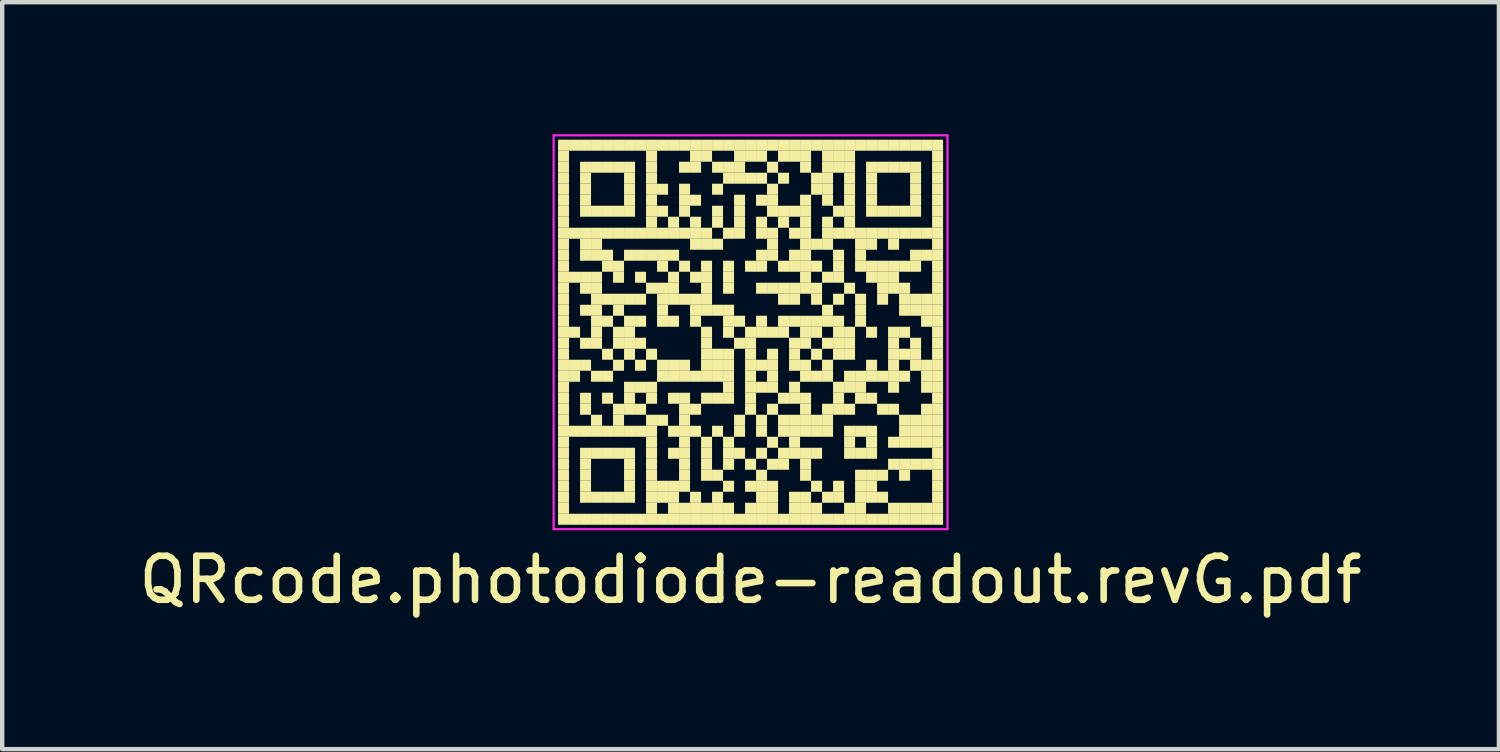
<source format=kicad_pcb>
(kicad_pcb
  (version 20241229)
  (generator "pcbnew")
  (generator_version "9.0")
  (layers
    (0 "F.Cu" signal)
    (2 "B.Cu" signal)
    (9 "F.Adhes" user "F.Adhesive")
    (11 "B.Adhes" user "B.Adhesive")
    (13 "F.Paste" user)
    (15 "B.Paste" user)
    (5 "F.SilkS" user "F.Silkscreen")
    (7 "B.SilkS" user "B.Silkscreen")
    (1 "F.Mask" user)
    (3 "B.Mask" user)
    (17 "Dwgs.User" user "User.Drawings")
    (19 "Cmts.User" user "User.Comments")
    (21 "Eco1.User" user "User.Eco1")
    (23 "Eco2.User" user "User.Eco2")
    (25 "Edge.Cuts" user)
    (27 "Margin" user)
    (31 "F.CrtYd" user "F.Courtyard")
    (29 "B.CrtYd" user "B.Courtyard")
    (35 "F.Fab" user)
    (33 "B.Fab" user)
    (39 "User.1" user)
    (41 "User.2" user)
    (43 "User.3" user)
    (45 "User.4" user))
  (footprint "QRcode.photodiode-readout.revG.pdf"
    (layer "F.Cu")
    (at 14.006 4.5)
    (property "Reference" "QRcode.photodiode-readout.revG.pdf" (at 0 5.625 0) (layer "F.SilkS") (effects (font (size 1 1) (thickness 0.15))))
    (fp_rect (start -4.375 -4.375) (end -4.125 -4.125) (stroke (width 0) (type solid)) (fill yes) (layer "F.SilkS"))
    (fp_rect (start -4.375 -4.125) (end -4.125 -3.875) (stroke (width 0) (type solid)) (fill yes) (layer "F.SilkS"))
    (fp_rect (start -4.375 -3.875) (end -4.125 -3.625) (stroke (width 0) (type solid)) (fill yes) (layer "F.SilkS"))
    (fp_rect (start -4.375 -3.625) (end -4.125 -3.375) (stroke (width 0) (type solid)) (fill yes) (layer "F.SilkS"))
    (fp_rect (start -4.375 -3.375) (end -4.125 -3.125) (stroke (width 0) (type solid)) (fill yes) (layer "F.SilkS"))
    (fp_rect (start -4.375 -3.125) (end -4.125 -2.875) (stroke (width 0) (type solid)) (fill yes) (layer "F.SilkS"))
    (fp_rect (start -4.375 -2.875) (end -4.125 -2.625) (stroke (width 0) (type solid)) (fill yes) (layer "F.SilkS"))
    (fp_rect (start -4.375 -2.625) (end -4.125 -2.375) (stroke (width 0) (type solid)) (fill yes) (layer "F.SilkS"))
    (fp_rect (start -4.375 -2.375) (end -4.125 -2.125) (stroke (width 0) (type solid)) (fill yes) (layer "F.SilkS"))
    (fp_rect (start -4.375 -2.125) (end -4.125 -1.875) (stroke (width 0) (type solid)) (fill yes) (layer "F.SilkS"))
    (fp_rect (start -4.375 -1.875) (end -4.125 -1.625) (stroke (width 0) (type solid)) (fill yes) (layer "F.SilkS"))
    (fp_rect (start -4.375 -1.625) (end -4.125 -1.375) (stroke (width 0) (type solid)) (fill yes) (layer "F.SilkS"))
    (fp_rect (start -4.375 -1.375) (end -4.125 -1.125) (stroke (width 0) (type solid)) (fill yes) (layer "F.SilkS"))
    (fp_rect (start -4.375 -1.125) (end -4.125 -0.875) (stroke (width 0) (type solid)) (fill yes) (layer "F.SilkS"))
    (fp_rect (start -4.375 -0.875) (end -4.125 -0.625) (stroke (width 0) (type solid)) (fill yes) (layer "F.SilkS"))
    (fp_rect (start -4.375 -0.625) (end -4.125 -0.375) (stroke (width 0) (type solid)) (fill yes) (layer "F.SilkS"))
    (fp_rect (start -4.375 -0.375) (end -4.125 -0.125) (stroke (width 0) (type solid)) (fill yes) (layer "F.SilkS"))
    (fp_rect (start -4.375 -0.125) (end -4.125 0.125) (stroke (width 0) (type solid)) (fill yes) (layer "F.SilkS"))
    (fp_rect (start -4.375 0.125) (end -4.125 0.375) (stroke (width 0) (type solid)) (fill yes) (layer "F.SilkS"))
    (fp_rect (start -4.375 0.375) (end -4.125 0.625) (stroke (width 0) (type solid)) (fill yes) (layer "F.SilkS"))
    (fp_rect (start -4.375 0.625) (end -4.125 0.875) (stroke (width 0) (type solid)) (fill yes) (layer "F.SilkS"))
    (fp_rect (start -4.375 0.875) (end -4.125 1.125) (stroke (width 0) (type solid)) (fill yes) (layer "F.SilkS"))
    (fp_rect (start -4.375 1.125) (end -4.125 1.375) (stroke (width 0) (type solid)) (fill yes) (layer "F.SilkS"))
    (fp_rect (start -4.375 1.375) (end -4.125 1.625) (stroke (width 0) (type solid)) (fill yes) (layer "F.SilkS"))
    (fp_rect (start -4.375 1.625) (end -4.125 1.875) (stroke (width 0) (type solid)) (fill yes) (layer "F.SilkS"))
    (fp_rect (start -4.375 1.875) (end -4.125 2.125) (stroke (width 0) (type solid)) (fill yes) (layer "F.SilkS"))
    (fp_rect (start -4.375 2.125) (end -4.125 2.375) (stroke (width 0) (type solid)) (fill yes) (layer "F.SilkS"))
    (fp_rect (start -4.375 2.375) (end -4.125 2.625) (stroke (width 0) (type solid)) (fill yes) (layer "F.SilkS"))
    (fp_rect (start -4.375 2.625) (end -4.125 2.875) (stroke (width 0) (type solid)) (fill yes) (layer "F.SilkS"))
    (fp_rect (start -4.375 2.875) (end -4.125 3.125) (stroke (width 0) (type solid)) (fill yes) (layer "F.SilkS"))
    (fp_rect (start -4.375 3.125) (end -4.125 3.375) (stroke (width 0) (type solid)) (fill yes) (layer "F.SilkS"))
    (fp_rect (start -4.375 3.375) (end -4.125 3.625) (stroke (width 0) (type solid)) (fill yes) (layer "F.SilkS"))
    (fp_rect (start -4.375 3.625) (end -4.125 3.875) (stroke (width 0) (type solid)) (fill yes) (layer "F.SilkS"))
    (fp_rect (start -4.375 3.875) (end -4.125 4.125) (stroke (width 0) (type solid)) (fill yes) (layer "F.SilkS"))
    (fp_rect (start -4.375 4.125) (end -4.125 4.375) (stroke (width 0) (type solid)) (fill yes) (layer "F.SilkS"))
    (fp_rect (start -4.125 -4.375) (end -3.875 -4.125) (stroke (width 0) (type solid)) (fill yes) (layer "F.SilkS"))
    (fp_rect (start -4.125 -2.375) (end -3.875 -2.125) (stroke (width 0) (type solid)) (fill yes) (layer "F.SilkS"))
    (fp_rect (start -4.125 -1.375) (end -3.875 -1.125) (stroke (width 0) (type solid)) (fill yes) (layer "F.SilkS"))
    (fp_rect (start -4.125 -0.125) (end -3.875 0.125) (stroke (width 0) (type solid)) (fill yes) (layer "F.SilkS"))
    (fp_rect (start -4.125 0.625) (end -3.875 0.875) (stroke (width 0) (type solid)) (fill yes) (layer "F.SilkS"))
    (fp_rect (start -4.125 0.875) (end -3.875 1.125) (stroke (width 0) (type solid)) (fill yes) (layer "F.SilkS"))
    (fp_rect (start -4.125 2.125) (end -3.875 2.375) (stroke (width 0) (type solid)) (fill yes) (layer "F.SilkS"))
    (fp_rect (start -4.125 4.125) (end -3.875 4.375) (stroke (width 0) (type solid)) (fill yes) (layer "F.SilkS"))
    (fp_rect (start -3.875 -4.375) (end -3.625 -4.125) (stroke (width 0) (type solid)) (fill yes) (layer "F.SilkS"))
    (fp_rect (start -3.875 -3.875) (end -3.625 -3.625) (stroke (width 0) (type solid)) (fill yes) (layer "F.SilkS"))
    (fp_rect (start -3.875 -3.625) (end -3.625 -3.375) (stroke (width 0) (type solid)) (fill yes) (layer "F.SilkS"))
    (fp_rect (start -3.875 -3.375) (end -3.625 -3.125) (stroke (width 0) (type solid)) (fill yes) (layer "F.SilkS"))
    (fp_rect (start -3.875 -3.125) (end -3.625 -2.875) (stroke (width 0) (type solid)) (fill yes) (layer "F.SilkS"))
    (fp_rect (start -3.875 -2.875) (end -3.625 -2.625) (stroke (width 0) (type solid)) (fill yes) (layer "F.SilkS"))
    (fp_rect (start -3.875 -2.375) (end -3.625 -2.125) (stroke (width 0) (type solid)) (fill yes) (layer "F.SilkS"))
    (fp_rect (start -3.875 -2.125) (end -3.625 -1.875) (stroke (width 0) (type solid)) (fill yes) (layer "F.SilkS"))
    (fp_rect (start -3.875 -1.875) (end -3.625 -1.625) (stroke (width 0) (type solid)) (fill yes) (layer "F.SilkS"))
    (fp_rect (start -3.875 -1.375) (end -3.625 -1.125) (stroke (width 0) (type solid)) (fill yes) (layer "F.SilkS"))
    (fp_rect (start -3.875 -1.125) (end -3.625 -0.875) (stroke (width 0) (type solid)) (fill yes) (layer "F.SilkS"))
    (fp_rect (start -3.875 -0.625) (end -3.625 -0.375) (stroke (width 0) (type solid)) (fill yes) (layer "F.SilkS"))
    (fp_rect (start -3.875 0.125) (end -3.625 0.375) (stroke (width 0) (type solid)) (fill yes) (layer "F.SilkS"))
    (fp_rect (start -3.875 0.625) (end -3.625 0.875) (stroke (width 0) (type solid)) (fill yes) (layer "F.SilkS"))
    (fp_rect (start -3.875 1.375) (end -3.625 1.625) (stroke (width 0) (type solid)) (fill yes) (layer "F.SilkS"))
    (fp_rect (start -3.875 1.625) (end -3.625 1.875) (stroke (width 0) (type solid)) (fill yes) (layer "F.SilkS"))
    (fp_rect (start -3.875 2.125) (end -3.625 2.375) (stroke (width 0) (type solid)) (fill yes) (layer "F.SilkS"))
    (fp_rect (start -3.875 2.625) (end -3.625 2.875) (stroke (width 0) (type solid)) (fill yes) (layer "F.SilkS"))
    (fp_rect (start -3.875 2.875) (end -3.625 3.125) (stroke (width 0) (type solid)) (fill yes) (layer "F.SilkS"))
    (fp_rect (start -3.875 3.125) (end -3.625 3.375) (stroke (width 0) (type solid)) (fill yes) (layer "F.SilkS"))
    (fp_rect (start -3.875 3.375) (end -3.625 3.625) (stroke (width 0) (type solid)) (fill yes) (layer "F.SilkS"))
    (fp_rect (start -3.875 3.625) (end -3.625 3.875) (stroke (width 0) (type solid)) (fill yes) (layer "F.SilkS"))
    (fp_rect (start -3.875 4.125) (end -3.625 4.375) (stroke (width 0) (type solid)) (fill yes) (layer "F.SilkS"))
    (fp_rect (start -3.625 -4.375) (end -3.375 -4.125) (stroke (width 0) (type solid)) (fill yes) (layer "F.SilkS"))
    (fp_rect (start -3.625 -3.875) (end -3.375 -3.625) (stroke (width 0) (type solid)) (fill yes) (layer "F.SilkS"))
    (fp_rect (start -3.625 -2.875) (end -3.375 -2.625) (stroke (width 0) (type solid)) (fill yes) (layer "F.SilkS"))
    (fp_rect (start -3.625 -2.375) (end -3.375 -2.125) (stroke (width 0) (type solid)) (fill yes) (layer "F.SilkS"))
    (fp_rect (start -3.625 -2.125) (end -3.375 -1.875) (stroke (width 0) (type solid)) (fill yes) (layer "F.SilkS"))
    (fp_rect (start -3.625 -1.875) (end -3.375 -1.625) (stroke (width 0) (type solid)) (fill yes) (layer "F.SilkS"))
    (fp_rect (start -3.625 -1.375) (end -3.375 -1.125) (stroke (width 0) (type solid)) (fill yes) (layer "F.SilkS"))
    (fp_rect (start -3.625 -1.125) (end -3.375 -0.875) (stroke (width 0) (type solid)) (fill yes) (layer "F.SilkS"))
    (fp_rect (start -3.625 -0.875) (end -3.375 -0.625) (stroke (width 0) (type solid)) (fill yes) (layer "F.SilkS"))
    (fp_rect (start -3.625 -0.625) (end -3.375 -0.375) (stroke (width 0) (type solid)) (fill yes) (layer "F.SilkS"))
    (fp_rect (start -3.625 -0.375) (end -3.375 -0.125) (stroke (width 0) (type solid)) (fill yes) (layer "F.SilkS"))
    (fp_rect (start -3.625 -0.125) (end -3.375 0.125) (stroke (width 0) (type solid)) (fill yes) (layer "F.SilkS"))
    (fp_rect (start -3.625 0.125) (end -3.375 0.375) (stroke (width 0) (type solid)) (fill yes) (layer "F.SilkS"))
    (fp_rect (start -3.625 0.875) (end -3.375 1.125) (stroke (width 0) (type solid)) (fill yes) (layer "F.SilkS"))
    (fp_rect (start -3.625 1.875) (end -3.375 2.125) (stroke (width 0) (type solid)) (fill yes) (layer "F.SilkS"))
    (fp_rect (start -3.625 2.125) (end -3.375 2.375) (stroke (width 0) (type solid)) (fill yes) (layer "F.SilkS"))
    (fp_rect (start -3.625 2.625) (end -3.375 2.875) (stroke (width 0) (type solid)) (fill yes) (layer "F.SilkS"))
    (fp_rect (start -3.625 3.625) (end -3.375 3.875) (stroke (width 0) (type solid)) (fill yes) (layer "F.SilkS"))
    (fp_rect (start -3.625 4.125) (end -3.375 4.375) (stroke (width 0) (type solid)) (fill yes) (layer "F.SilkS"))
    (fp_rect (start -3.375 -4.375) (end -3.125 -4.125) (stroke (width 0) (type solid)) (fill yes) (layer "F.SilkS"))
    (fp_rect (start -3.375 -3.875) (end -3.125 -3.625) (stroke (width 0) (type solid)) (fill yes) (layer "F.SilkS"))
    (fp_rect (start -3.375 -2.875) (end -3.125 -2.625) (stroke (width 0) (type solid)) (fill yes) (layer "F.SilkS"))
    (fp_rect (start -3.375 -2.375) (end -3.125 -2.125) (stroke (width 0) (type solid)) (fill yes) (layer "F.SilkS"))
    (fp_rect (start -3.375 -1.875) (end -3.125 -1.625) (stroke (width 0) (type solid)) (fill yes) (layer "F.SilkS"))
    (fp_rect (start -3.375 -1.625) (end -3.125 -1.375) (stroke (width 0) (type solid)) (fill yes) (layer "F.SilkS"))
    (fp_rect (start -3.375 -0.875) (end -3.125 -0.625) (stroke (width 0) (type solid)) (fill yes) (layer "F.SilkS"))
    (fp_rect (start -3.375 -0.375) (end -3.125 -0.125) (stroke (width 0) (type solid)) (fill yes) (layer "F.SilkS"))
    (fp_rect (start -3.375 0.375) (end -3.125 0.625) (stroke (width 0) (type solid)) (fill yes) (layer "F.SilkS"))
    (fp_rect (start -3.375 0.875) (end -3.125 1.125) (stroke (width 0) (type solid)) (fill yes) (layer "F.SilkS"))
    (fp_rect (start -3.375 1.375) (end -3.125 1.625) (stroke (width 0) (type solid)) (fill yes) (layer "F.SilkS"))
    (fp_rect (start -3.375 2.125) (end -3.125 2.375) (stroke (width 0) (type solid)) (fill yes) (layer "F.SilkS"))
    (fp_rect (start -3.375 2.625) (end -3.125 2.875) (stroke (width 0) (type solid)) (fill yes) (layer "F.SilkS"))
    (fp_rect (start -3.375 3.625) (end -3.125 3.875) (stroke (width 0) (type solid)) (fill yes) (layer "F.SilkS"))
    (fp_rect (start -3.375 4.125) (end -3.125 4.375) (stroke (width 0) (type solid)) (fill yes) (layer "F.SilkS"))
    (fp_rect (start -3.125 -4.375) (end -2.875 -4.125) (stroke (width 0) (type solid)) (fill yes) (layer "F.SilkS"))
    (fp_rect (start -3.125 -3.875) (end -2.875 -3.625) (stroke (width 0) (type solid)) (fill yes) (layer "F.SilkS"))
    (fp_rect (start -3.125 -2.875) (end -2.875 -2.625) (stroke (width 0) (type solid)) (fill yes) (layer "F.SilkS"))
    (fp_rect (start -3.125 -2.375) (end -2.875 -2.125) (stroke (width 0) (type solid)) (fill yes) (layer "F.SilkS"))
    (fp_rect (start -3.125 -1.625) (end -2.875 -1.375) (stroke (width 0) (type solid)) (fill yes) (layer "F.SilkS"))
    (fp_rect (start -3.125 -1.375) (end -2.875 -1.125) (stroke (width 0) (type solid)) (fill yes) (layer "F.SilkS"))
    (fp_rect (start -3.125 -0.875) (end -2.875 -0.625) (stroke (width 0) (type solid)) (fill yes) (layer "F.SilkS"))
    (fp_rect (start -3.125 -0.625) (end -2.875 -0.375) (stroke (width 0) (type solid)) (fill yes) (layer "F.SilkS"))
    (fp_rect (start -3.125 -0.125) (end -2.875 0.125) (stroke (width 0) (type solid)) (fill yes) (layer "F.SilkS"))
    (fp_rect (start -3.125 0.125) (end -2.875 0.375) (stroke (width 0) (type solid)) (fill yes) (layer "F.SilkS"))
    (fp_rect (start -3.125 0.625) (end -2.875 0.875) (stroke (width 0) (type solid)) (fill yes) (layer "F.SilkS"))
    (fp_rect (start -3.125 1.625) (end -2.875 1.875) (stroke (width 0) (type solid)) (fill yes) (layer "F.SilkS"))
    (fp_rect (start -3.125 1.875) (end -2.875 2.125) (stroke (width 0) (type solid)) (fill yes) (layer "F.SilkS"))
    (fp_rect (start -3.125 2.125) (end -2.875 2.375) (stroke (width 0) (type solid)) (fill yes) (layer "F.SilkS"))
    (fp_rect (start -3.125 2.625) (end -2.875 2.875) (stroke (width 0) (type solid)) (fill yes) (layer "F.SilkS"))
    (fp_rect (start -3.125 3.625) (end -2.875 3.875) (stroke (width 0) (type solid)) (fill yes) (layer "F.SilkS"))
    (fp_rect (start -3.125 4.125) (end -2.875 4.375) (stroke (width 0) (type solid)) (fill yes) (layer "F.SilkS"))
    (fp_rect (start -2.875 -4.375) (end -2.625 -4.125) (stroke (width 0) (type solid)) (fill yes) (layer "F.SilkS"))
    (fp_rect (start -2.875 -3.875) (end -2.625 -3.625) (stroke (width 0) (type solid)) (fill yes) (layer "F.SilkS"))
    (fp_rect (start -2.875 -3.625) (end -2.625 -3.375) (stroke (width 0) (type solid)) (fill yes) (layer "F.SilkS"))
    (fp_rect (start -2.875 -3.375) (end -2.625 -3.125) (stroke (width 0) (type solid)) (fill yes) (layer "F.SilkS"))
    (fp_rect (start -2.875 -3.125) (end -2.625 -2.875) (stroke (width 0) (type solid)) (fill yes) (layer "F.SilkS"))
    (fp_rect (start -2.875 -2.875) (end -2.625 -2.625) (stroke (width 0) (type solid)) (fill yes) (layer "F.SilkS"))
    (fp_rect (start -2.875 -2.375) (end -2.625 -2.125) (stroke (width 0) (type solid)) (fill yes) (layer "F.SilkS"))
    (fp_rect (start -2.875 -1.875) (end -2.625 -1.625) (stroke (width 0) (type solid)) (fill yes) (layer "F.SilkS"))
    (fp_rect (start -2.875 -0.875) (end -2.625 -0.625) (stroke (width 0) (type solid)) (fill yes) (layer "F.SilkS"))
    (fp_rect (start -2.875 -0.375) (end -2.625 -0.125) (stroke (width 0) (type solid)) (fill yes) (layer "F.SilkS"))
    (fp_rect (start -2.875 -0.125) (end -2.625 0.125) (stroke (width 0) (type solid)) (fill yes) (layer "F.SilkS"))
    (fp_rect (start -2.875 0.125) (end -2.625 0.375) (stroke (width 0) (type solid)) (fill yes) (layer "F.SilkS"))
    (fp_rect (start -2.875 0.375) (end -2.625 0.625) (stroke (width 0) (type solid)) (fill yes) (layer "F.SilkS"))
    (fp_rect (start -2.875 1.125) (end -2.625 1.375) (stroke (width 0) (type solid)) (fill yes) (layer "F.SilkS"))
    (fp_rect (start -2.875 1.375) (end -2.625 1.625) (stroke (width 0) (type solid)) (fill yes) (layer "F.SilkS"))
    (fp_rect (start -2.875 1.625) (end -2.625 1.875) (stroke (width 0) (type solid)) (fill yes) (layer "F.SilkS"))
    (fp_rect (start -2.875 2.125) (end -2.625 2.375) (stroke (width 0) (type solid)) (fill yes) (layer "F.SilkS"))
    (fp_rect (start -2.875 2.625) (end -2.625 2.875) (stroke (width 0) (type solid)) (fill yes) (layer "F.SilkS"))
    (fp_rect (start -2.875 2.875) (end -2.625 3.125) (stroke (width 0) (type solid)) (fill yes) (layer "F.SilkS"))
    (fp_rect (start -2.875 3.125) (end -2.625 3.375) (stroke (width 0) (type solid)) (fill yes) (layer "F.SilkS"))
    (fp_rect (start -2.875 3.375) (end -2.625 3.625) (stroke (width 0) (type solid)) (fill yes) (layer "F.SilkS"))
    (fp_rect (start -2.875 3.625) (end -2.625 3.875) (stroke (width 0) (type solid)) (fill yes) (layer "F.SilkS"))
    (fp_rect (start -2.875 4.125) (end -2.625 4.375) (stroke (width 0) (type solid)) (fill yes) (layer "F.SilkS"))
    (fp_rect (start -2.625 -4.375) (end -2.375 -4.125) (stroke (width 0) (type solid)) (fill yes) (layer "F.SilkS"))
    (fp_rect (start -2.625 -2.375) (end -2.375 -2.125) (stroke (width 0) (type solid)) (fill yes) (layer "F.SilkS"))
    (fp_rect (start -2.625 -1.875) (end -2.375 -1.625) (stroke (width 0) (type solid)) (fill yes) (layer "F.SilkS"))
    (fp_rect (start -2.625 -1.375) (end -2.375 -1.125) (stroke (width 0) (type solid)) (fill yes) (layer "F.SilkS"))
    (fp_rect (start -2.625 -0.875) (end -2.375 -0.625) (stroke (width 0) (type solid)) (fill yes) (layer "F.SilkS"))
    (fp_rect (start -2.625 -0.375) (end -2.375 -0.125) (stroke (width 0) (type solid)) (fill yes) (layer "F.SilkS"))
    (fp_rect (start -2.625 0.125) (end -2.375 0.375) (stroke (width 0) (type solid)) (fill yes) (layer "F.SilkS"))
    (fp_rect (start -2.625 0.625) (end -2.375 0.875) (stroke (width 0) (type solid)) (fill yes) (layer "F.SilkS"))
    (fp_rect (start -2.625 1.125) (end -2.375 1.375) (stroke (width 0) (type solid)) (fill yes) (layer "F.SilkS"))
    (fp_rect (start -2.625 1.625) (end -2.375 1.875) (stroke (width 0) (type solid)) (fill yes) (layer "F.SilkS"))
    (fp_rect (start -2.625 2.125) (end -2.375 2.375) (stroke (width 0) (type solid)) (fill yes) (layer "F.SilkS"))
    (fp_rect (start -2.625 4.125) (end -2.375 4.375) (stroke (width 0) (type solid)) (fill yes) (layer "F.SilkS"))
    (fp_rect (start -2.375 -4.375) (end -2.125 -4.125) (stroke (width 0) (type solid)) (fill yes) (layer "F.SilkS"))
    (fp_rect (start -2.375 -4.125) (end -2.125 -3.875) (stroke (width 0) (type solid)) (fill yes) (layer "F.SilkS"))
    (fp_rect (start -2.375 -3.875) (end -2.125 -3.625) (stroke (width 0) (type solid)) (fill yes) (layer "F.SilkS"))
    (fp_rect (start -2.375 -3.625) (end -2.125 -3.375) (stroke (width 0) (type solid)) (fill yes) (layer "F.SilkS"))
    (fp_rect (start -2.375 -3.375) (end -2.125 -3.125) (stroke (width 0) (type solid)) (fill yes) (layer "F.SilkS"))
    (fp_rect (start -2.375 -3.125) (end -2.125 -2.875) (stroke (width 0) (type solid)) (fill yes) (layer "F.SilkS"))
    (fp_rect (start -2.375 -2.875) (end -2.125 -2.625) (stroke (width 0) (type solid)) (fill yes) (layer "F.SilkS"))
    (fp_rect (start -2.375 -2.625) (end -2.125 -2.375) (stroke (width 0) (type solid)) (fill yes) (layer "F.SilkS"))
    (fp_rect (start -2.375 -2.375) (end -2.125 -2.125) (stroke (width 0) (type solid)) (fill yes) (layer "F.SilkS"))
    (fp_rect (start -2.375 -1.875) (end -2.125 -1.625) (stroke (width 0) (type solid)) (fill yes) (layer "F.SilkS"))
    (fp_rect (start -2.375 -1.125) (end -2.125 -0.875) (stroke (width 0) (type solid)) (fill yes) (layer "F.SilkS"))
    (fp_rect (start -2.375 0.375) (end -2.125 0.625) (stroke (width 0) (type solid)) (fill yes) (layer "F.SilkS"))
    (fp_rect (start -2.375 1.125) (end -2.125 1.375) (stroke (width 0) (type solid)) (fill yes) (layer "F.SilkS"))
    (fp_rect (start -2.375 1.375) (end -2.125 1.625) (stroke (width 0) (type solid)) (fill yes) (layer "F.SilkS"))
    (fp_rect (start -2.375 1.875) (end -2.125 2.125) (stroke (width 0) (type solid)) (fill yes) (layer "F.SilkS"))
    (fp_rect (start -2.375 2.125) (end -2.125 2.375) (stroke (width 0) (type solid)) (fill yes) (layer "F.SilkS"))
    (fp_rect (start -2.375 2.375) (end -2.125 2.625) (stroke (width 0) (type solid)) (fill yes) (layer "F.SilkS"))
    (fp_rect (start -2.375 2.625) (end -2.125 2.875) (stroke (width 0) (type solid)) (fill yes) (layer "F.SilkS"))
    (fp_rect (start -2.375 2.875) (end -2.125 3.125) (stroke (width 0) (type solid)) (fill yes) (layer "F.SilkS"))
    (fp_rect (start -2.375 3.125) (end -2.125 3.375) (stroke (width 0) (type solid)) (fill yes) (layer "F.SilkS"))
    (fp_rect (start -2.375 3.375) (end -2.125 3.625) (stroke (width 0) (type solid)) (fill yes) (layer "F.SilkS"))
    (fp_rect (start -2.375 3.625) (end -2.125 3.875) (stroke (width 0) (type solid)) (fill yes) (layer "F.SilkS"))
    (fp_rect (start -2.375 3.875) (end -2.125 4.125) (stroke (width 0) (type solid)) (fill yes) (layer "F.SilkS"))
    (fp_rect (start -2.375 4.125) (end -2.125 4.375) (stroke (width 0) (type solid)) (fill yes) (layer "F.SilkS"))
    (fp_rect (start -2.125 -4.375) (end -1.875 -4.125) (stroke (width 0) (type solid)) (fill yes) (layer "F.SilkS"))
    (fp_rect (start -2.125 -3.375) (end -1.875 -3.125) (stroke (width 0) (type solid)) (fill yes) (layer "F.SilkS"))
    (fp_rect (start -2.125 -2.875) (end -1.875 -2.625) (stroke (width 0) (type solid)) (fill yes) (layer "F.SilkS"))
    (fp_rect (start -2.125 -2.375) (end -1.875 -2.125) (stroke (width 0) (type solid)) (fill yes) (layer "F.SilkS"))
    (fp_rect (start -2.125 -1.875) (end -1.875 -1.625) (stroke (width 0) (type solid)) (fill yes) (layer "F.SilkS"))
    (fp_rect (start -2.125 -1.625) (end -1.875 -1.375) (stroke (width 0) (type solid)) (fill yes) (layer "F.SilkS"))
    (fp_rect (start -2.125 -1.125) (end -1.875 -0.875) (stroke (width 0) (type solid)) (fill yes) (layer "F.SilkS"))
    (fp_rect (start -2.125 -0.875) (end -1.875 -0.625) (stroke (width 0) (type solid)) (fill yes) (layer "F.SilkS"))
    (fp_rect (start -2.125 -0.625) (end -1.875 -0.375) (stroke (width 0) (type solid)) (fill yes) (layer "F.SilkS"))
    (fp_rect (start -2.125 -0.375) (end -1.875 -0.125) (stroke (width 0) (type solid)) (fill yes) (layer "F.SilkS"))
    (fp_rect (start -2.125 0.625) (end -1.875 0.875) (stroke (width 0) (type solid)) (fill yes) (layer "F.SilkS"))
    (fp_rect (start -2.125 0.875) (end -1.875 1.125) (stroke (width 0) (type solid)) (fill yes) (layer "F.SilkS"))
    (fp_rect (start -2.125 1.875) (end -1.875 2.125) (stroke (width 0) (type solid)) (fill yes) (layer "F.SilkS"))
    (fp_rect (start -2.125 3.375) (end -1.875 3.625) (stroke (width 0) (type solid)) (fill yes) (layer "F.SilkS"))
    (fp_rect (start -2.125 3.625) (end -1.875 3.875) (stroke (width 0) (type solid)) (fill yes) (layer "F.SilkS"))
    (fp_rect (start -2.125 4.125) (end -1.875 4.375) (stroke (width 0) (type solid)) (fill yes) (layer "F.SilkS"))
    (fp_rect (start -1.875 -4.375) (end -1.625 -4.125) (stroke (width 0) (type solid)) (fill yes) (layer "F.SilkS"))
    (fp_rect (start -1.875 -2.625) (end -1.625 -2.375) (stroke (width 0) (type solid)) (fill yes) (layer "F.SilkS"))
    (fp_rect (start -1.875 -2.375) (end -1.625 -2.125) (stroke (width 0) (type solid)) (fill yes) (layer "F.SilkS"))
    (fp_rect (start -1.875 -1.875) (end -1.625 -1.625) (stroke (width 0) (type solid)) (fill yes) (layer "F.SilkS"))
    (fp_rect (start -1.875 -1.375) (end -1.625 -1.125) (stroke (width 0) (type solid)) (fill yes) (layer "F.SilkS"))
    (fp_rect (start -1.875 -1.125) (end -1.625 -0.875) (stroke (width 0) (type solid)) (fill yes) (layer "F.SilkS"))
    (fp_rect (start -1.875 -0.875) (end -1.625 -0.625) (stroke (width 0) (type solid)) (fill yes) (layer "F.SilkS"))
    (fp_rect (start -1.875 -0.375) (end -1.625 -0.125) (stroke (width 0) (type solid)) (fill yes) (layer "F.SilkS"))
    (fp_rect (start -1.875 0.625) (end -1.625 0.875) (stroke (width 0) (type solid)) (fill yes) (layer "F.SilkS"))
    (fp_rect (start -1.875 0.875) (end -1.625 1.125) (stroke (width 0) (type solid)) (fill yes) (layer "F.SilkS"))
    (fp_rect (start -1.875 1.375) (end -1.625 1.625) (stroke (width 0) (type solid)) (fill yes) (layer "F.SilkS"))
    (fp_rect (start -1.875 2.125) (end -1.625 2.375) (stroke (width 0) (type solid)) (fill yes) (layer "F.SilkS"))
    (fp_rect (start -1.875 2.625) (end -1.625 2.875) (stroke (width 0) (type solid)) (fill yes) (layer "F.SilkS"))
    (fp_rect (start -1.875 3.375) (end -1.625 3.625) (stroke (width 0) (type solid)) (fill yes) (layer "F.SilkS"))
    (fp_rect (start -1.875 3.625) (end -1.625 3.875) (stroke (width 0) (type solid)) (fill yes) (layer "F.SilkS"))
    (fp_rect (start -1.875 3.875) (end -1.625 4.125) (stroke (width 0) (type solid)) (fill yes) (layer "F.SilkS"))
    (fp_rect (start -1.875 4.125) (end -1.625 4.375) (stroke (width 0) (type solid)) (fill yes) (layer "F.SilkS"))
    (fp_rect (start -1.625 -4.375) (end -1.375 -4.125) (stroke (width 0) (type solid)) (fill yes) (layer "F.SilkS"))
    (fp_rect (start -1.625 -3.875) (end -1.375 -3.625) (stroke (width 0) (type solid)) (fill yes) (layer "F.SilkS"))
    (fp_rect (start -1.625 -3.375) (end -1.375 -3.125) (stroke (width 0) (type solid)) (fill yes) (layer "F.SilkS"))
    (fp_rect (start -1.625 -3.125) (end -1.375 -2.875) (stroke (width 0) (type solid)) (fill yes) (layer "F.SilkS"))
    (fp_rect (start -1.625 -2.875) (end -1.375 -2.625) (stroke (width 0) (type solid)) (fill yes) (layer "F.SilkS"))
    (fp_rect (start -1.625 -2.375) (end -1.375 -2.125) (stroke (width 0) (type solid)) (fill yes) (layer "F.SilkS"))
    (fp_rect (start -1.625 -1.625) (end -1.375 -1.375) (stroke (width 0) (type solid)) (fill yes) (layer "F.SilkS"))
    (fp_rect (start -1.625 -0.875) (end -1.375 -0.625) (stroke (width 0) (type solid)) (fill yes) (layer "F.SilkS"))
    (fp_rect (start -1.625 0.625) (end -1.375 0.875) (stroke (width 0) (type solid)) (fill yes) (layer "F.SilkS"))
    (fp_rect (start -1.625 0.875) (end -1.375 1.125) (stroke (width 0) (type solid)) (fill yes) (layer "F.SilkS"))
    (fp_rect (start -1.625 1.375) (end -1.375 1.625) (stroke (width 0) (type solid)) (fill yes) (layer "F.SilkS"))
    (fp_rect (start -1.625 1.625) (end -1.375 1.875) (stroke (width 0) (type solid)) (fill yes) (layer "F.SilkS"))
    (fp_rect (start -1.625 1.875) (end -1.375 2.125) (stroke (width 0) (type solid)) (fill yes) (layer "F.SilkS"))
    (fp_rect (start -1.625 2.125) (end -1.375 2.375) (stroke (width 0) (type solid)) (fill yes) (layer "F.SilkS"))
    (fp_rect (start -1.625 2.375) (end -1.375 2.625) (stroke (width 0) (type solid)) (fill yes) (layer "F.SilkS"))
    (fp_rect (start -1.625 2.625) (end -1.375 2.875) (stroke (width 0) (type solid)) (fill yes) (layer "F.SilkS"))
    (fp_rect (start -1.625 2.875) (end -1.375 3.125) (stroke (width 0) (type solid)) (fill yes) (layer "F.SilkS"))
    (fp_rect (start -1.625 3.125) (end -1.375 3.375) (stroke (width 0) (type solid)) (fill yes) (layer "F.SilkS"))
    (fp_rect (start -1.625 3.375) (end -1.375 3.625) (stroke (width 0) (type solid)) (fill yes) (layer "F.SilkS"))
    (fp_rect (start -1.625 3.875) (end -1.375 4.125) (stroke (width 0) (type solid)) (fill yes) (layer "F.SilkS"))
    (fp_rect (start -1.625 4.125) (end -1.375 4.375) (stroke (width 0) (type solid)) (fill yes) (layer "F.SilkS"))
    (fp_rect (start -1.375 -4.375) (end -1.125 -4.125) (stroke (width 0) (type solid)) (fill yes) (layer "F.SilkS"))
    (fp_rect (start -1.375 -4.125) (end -1.125 -3.875) (stroke (width 0) (type solid)) (fill yes) (layer "F.SilkS"))
    (fp_rect (start -1.375 -3.875) (end -1.125 -3.625) (stroke (width 0) (type solid)) (fill yes) (layer "F.SilkS"))
    (fp_rect (start -1.375 -3.125) (end -1.125 -2.875) (stroke (width 0) (type solid)) (fill yes) (layer "F.SilkS"))
    (fp_rect (start -1.375 -2.625) (end -1.125 -2.375) (stroke (width 0) (type solid)) (fill yes) (layer "F.SilkS"))
    (fp_rect (start -1.375 -2.375) (end -1.125 -2.125) (stroke (width 0) (type solid)) (fill yes) (layer "F.SilkS"))
    (fp_rect (start -1.375 -2.125) (end -1.125 -1.875) (stroke (width 0) (type solid)) (fill yes) (layer "F.SilkS"))
    (fp_rect (start -1.375 -1.375) (end -1.125 -1.125) (stroke (width 0) (type solid)) (fill yes) (layer "F.SilkS"))
    (fp_rect (start -1.375 -0.875) (end -1.125 -0.625) (stroke (width 0) (type solid)) (fill yes) (layer "F.SilkS"))
    (fp_rect (start -1.375 -0.625) (end -1.125 -0.375) (stroke (width 0) (type solid)) (fill yes) (layer "F.SilkS"))
    (fp_rect (start -1.375 -0.375) (end -1.125 -0.125) (stroke (width 0) (type solid)) (fill yes) (layer "F.SilkS"))
    (fp_rect (start -1.375 0.875) (end -1.125 1.125) (stroke (width 0) (type solid)) (fill yes) (layer "F.SilkS"))
    (fp_rect (start -1.375 1.625) (end -1.125 1.875) (stroke (width 0) (type solid)) (fill yes) (layer "F.SilkS"))
    (fp_rect (start -1.375 2.125) (end -1.125 2.375) (stroke (width 0) (type solid)) (fill yes) (layer "F.SilkS"))
    (fp_rect (start -1.375 3.625) (end -1.125 3.875) (stroke (width 0) (type solid)) (fill yes) (layer "F.SilkS"))
    (fp_rect (start -1.375 3.875) (end -1.125 4.125) (stroke (width 0) (type solid)) (fill yes) (layer "F.SilkS"))
    (fp_rect (start -1.375 4.125) (end -1.125 4.375) (stroke (width 0) (type solid)) (fill yes) (layer "F.SilkS"))
    (fp_rect (start -1.125 -4.375) (end -0.875 -4.125) (stroke (width 0) (type solid)) (fill yes) (layer "F.SilkS"))
    (fp_rect (start -1.125 -4.125) (end -0.875 -3.875) (stroke (width 0) (type solid)) (fill yes) (layer "F.SilkS"))
    (fp_rect (start -1.125 -2.375) (end -0.875 -2.125) (stroke (width 0) (type solid)) (fill yes) (layer "F.SilkS"))
    (fp_rect (start -1.125 -2.125) (end -0.875 -1.875) (stroke (width 0) (type solid)) (fill yes) (layer "F.SilkS"))
    (fp_rect (start -1.125 -1.625) (end -0.875 -1.375) (stroke (width 0) (type solid)) (fill yes) (layer "F.SilkS"))
    (fp_rect (start -1.125 -1.375) (end -0.875 -1.125) (stroke (width 0) (type solid)) (fill yes) (layer "F.SilkS"))
    (fp_rect (start -1.125 -1.125) (end -0.875 -0.875) (stroke (width 0) (type solid)) (fill yes) (layer "F.SilkS"))
    (fp_rect (start -1.125 -0.875) (end -0.875 -0.625) (stroke (width 0) (type solid)) (fill yes) (layer "F.SilkS"))
    (fp_rect (start -1.125 -0.625) (end -0.875 -0.375) (stroke (width 0) (type solid)) (fill yes) (layer "F.SilkS"))
    (fp_rect (start -1.125 -0.125) (end -0.875 0.125) (stroke (width 0) (type solid)) (fill yes) (layer "F.SilkS"))
    (fp_rect (start -1.125 0.125) (end -0.875 0.375) (stroke (width 0) (type solid)) (fill yes) (layer "F.SilkS"))
    (fp_rect (start -1.125 0.375) (end -0.875 0.625) (stroke (width 0) (type solid)) (fill yes) (layer "F.SilkS"))
    (fp_rect (start -1.125 0.625) (end -0.875 0.875) (stroke (width 0) (type solid)) (fill yes) (layer "F.SilkS"))
    (fp_rect (start -1.125 0.875) (end -0.875 1.125) (stroke (width 0) (type solid)) (fill yes) (layer "F.SilkS"))
    (fp_rect (start -1.125 1.375) (end -0.875 1.625) (stroke (width 0) (type solid)) (fill yes) (layer "F.SilkS"))
    (fp_rect (start -1.125 2.375) (end -0.875 2.625) (stroke (width 0) (type solid)) (fill yes) (layer "F.SilkS"))
    (fp_rect (start -1.125 2.625) (end -0.875 2.875) (stroke (width 0) (type solid)) (fill yes) (layer "F.SilkS"))
    (fp_rect (start -1.125 2.875) (end -0.875 3.125) (stroke (width 0) (type solid)) (fill yes) (layer "F.SilkS"))
    (fp_rect (start -1.125 3.125) (end -0.875 3.375) (stroke (width 0) (type solid)) (fill yes) (layer "F.SilkS"))
    (fp_rect (start -1.125 3.875) (end -0.875 4.125) (stroke (width 0) (type solid)) (fill yes) (layer "F.SilkS"))
    (fp_rect (start -1.125 4.125) (end -0.875 4.375) (stroke (width 0) (type solid)) (fill yes) (layer "F.SilkS"))
    (fp_rect (start -0.875 -4.375) (end -0.625 -4.125) (stroke (width 0) (type solid)) (fill yes) (layer "F.SilkS"))
    (fp_rect (start -0.875 -3.875) (end -0.625 -3.625) (stroke (width 0) (type solid)) (fill yes) (layer "F.SilkS"))
    (fp_rect (start -0.875 -3.375) (end -0.625 -3.125) (stroke (width 0) (type solid)) (fill yes) (layer "F.SilkS"))
    (fp_rect (start -0.875 -2.875) (end -0.625 -2.625) (stroke (width 0) (type solid)) (fill yes) (layer "F.SilkS"))
    (fp_rect (start -0.875 -2.625) (end -0.625 -2.375) (stroke (width 0) (type solid)) (fill yes) (layer "F.SilkS"))
    (fp_rect (start -0.875 -2.125) (end -0.625 -1.875) (stroke (width 0) (type solid)) (fill yes) (layer "F.SilkS"))
    (fp_rect (start -0.875 -0.625) (end -0.625 -0.375) (stroke (width 0) (type solid)) (fill yes) (layer "F.SilkS"))
    (fp_rect (start -0.875 0.375) (end -0.625 0.625) (stroke (width 0) (type solid)) (fill yes) (layer "F.SilkS"))
    (fp_rect (start -0.875 0.625) (end -0.625 0.875) (stroke (width 0) (type solid)) (fill yes) (layer "F.SilkS"))
    (fp_rect (start -0.875 0.875) (end -0.625 1.125) (stroke (width 0) (type solid)) (fill yes) (layer "F.SilkS"))
    (fp_rect (start -0.875 1.375) (end -0.625 1.625) (stroke (width 0) (type solid)) (fill yes) (layer "F.SilkS"))
    (fp_rect (start -0.875 2.125) (end -0.625 2.375) (stroke (width 0) (type solid)) (fill yes) (layer "F.SilkS"))
    (fp_rect (start -0.875 3.125) (end -0.625 3.375) (stroke (width 0) (type solid)) (fill yes) (layer "F.SilkS"))
    (fp_rect (start -0.875 3.625) (end -0.625 3.875) (stroke (width 0) (type solid)) (fill yes) (layer "F.SilkS"))
    (fp_rect (start -0.875 3.875) (end -0.625 4.125) (stroke (width 0) (type solid)) (fill yes) (layer "F.SilkS"))
    (fp_rect (start -0.875 4.125) (end -0.625 4.375) (stroke (width 0) (type solid)) (fill yes) (layer "F.SilkS"))
    (fp_rect (start -0.625 -4.375) (end -0.375 -4.125) (stroke (width 0) (type solid)) (fill yes) (layer "F.SilkS"))
    (fp_rect (start -0.625 -3.875) (end -0.375 -3.625) (stroke (width 0) (type solid)) (fill yes) (layer "F.SilkS"))
    (fp_rect (start -0.625 -3.625) (end -0.375 -3.375) (stroke (width 0) (type solid)) (fill yes) (layer "F.SilkS"))
    (fp_rect (start -0.625 -2.375) (end -0.375 -2.125) (stroke (width 0) (type solid)) (fill yes) (layer "F.SilkS"))
    (fp_rect (start -0.625 -1.625) (end -0.375 -1.375) (stroke (width 0) (type solid)) (fill yes) (layer "F.SilkS"))
    (fp_rect (start -0.625 -1.375) (end -0.375 -1.125) (stroke (width 0) (type solid)) (fill yes) (layer "F.SilkS"))
    (fp_rect (start -0.625 -1.125) (end -0.375 -0.875) (stroke (width 0) (type solid)) (fill yes) (layer "F.SilkS"))
    (fp_rect (start -0.625 -0.625) (end -0.375 -0.375) (stroke (width 0) (type solid)) (fill yes) (layer "F.SilkS"))
    (fp_rect (start -0.625 -0.375) (end -0.375 -0.125) (stroke (width 0) (type solid)) (fill yes) (layer "F.SilkS"))
    (fp_rect (start -0.625 -0.125) (end -0.375 0.125) (stroke (width 0) (type solid)) (fill yes) (layer "F.SilkS"))
    (fp_rect (start -0.625 0.375) (end -0.375 0.625) (stroke (width 0) (type solid)) (fill yes) (layer "F.SilkS"))
    (fp_rect (start -0.625 0.625) (end -0.375 0.875) (stroke (width 0) (type solid)) (fill yes) (layer "F.SilkS"))
    (fp_rect (start -0.625 0.875) (end -0.375 1.125) (stroke (width 0) (type solid)) (fill yes) (layer "F.SilkS"))
    (fp_rect (start -0.625 1.125) (end -0.375 1.375) (stroke (width 0) (type solid)) (fill yes) (layer "F.SilkS"))
    (fp_rect (start -0.625 1.375) (end -0.375 1.625) (stroke (width 0) (type solid)) (fill yes) (layer "F.SilkS"))
    (fp_rect (start -0.625 2.375) (end -0.375 2.625) (stroke (width 0) (type solid)) (fill yes) (layer "F.SilkS"))
    (fp_rect (start -0.625 2.625) (end -0.375 2.875) (stroke (width 0) (type solid)) (fill yes) (layer "F.SilkS"))
    (fp_rect (start -0.625 2.875) (end -0.375 3.125) (stroke (width 0) (type solid)) (fill yes) (layer "F.SilkS"))
    (fp_rect (start -0.625 3.375) (end -0.375 3.625) (stroke (width 0) (type solid)) (fill yes) (layer "F.SilkS"))
    (fp_rect (start -0.625 3.875) (end -0.375 4.125) (stroke (width 0) (type solid)) (fill yes) (layer "F.SilkS"))
    (fp_rect (start -0.625 4.125) (end -0.375 4.375) (stroke (width 0) (type solid)) (fill yes) (layer "F.SilkS"))
    (fp_rect (start -0.375 -4.375) (end -0.125 -4.125) (stroke (width 0) (type solid)) (fill yes) (layer "F.SilkS"))
    (fp_rect (start -0.375 -4.125) (end -0.125 -3.875) (stroke (width 0) (type solid)) (fill yes) (layer "F.SilkS"))
    (fp_rect (start -0.375 -3.875) (end -0.125 -3.625) (stroke (width 0) (type solid)) (fill yes) (layer "F.SilkS"))
    (fp_rect (start -0.375 -3.625) (end -0.125 -3.375) (stroke (width 0) (type solid)) (fill yes) (layer "F.SilkS"))
    (fp_rect (start -0.375 -3.125) (end -0.125 -2.875) (stroke (width 0) (type solid)) (fill yes) (layer "F.SilkS"))
    (fp_rect (start -0.375 -2.875) (end -0.125 -2.625) (stroke (width 0) (type solid)) (fill yes) (layer "F.SilkS"))
    (fp_rect (start -0.375 -2.625) (end -0.125 -2.375) (stroke (width 0) (type solid)) (fill yes) (layer "F.SilkS"))
    (fp_rect (start -0.375 -2.375) (end -0.125 -2.125) (stroke (width 0) (type solid)) (fill yes) (layer "F.SilkS"))
    (fp_rect (start -0.375 -0.375) (end -0.125 -0.125) (stroke (width 0) (type solid)) (fill yes) (layer "F.SilkS"))
    (fp_rect (start -0.375 0.125) (end -0.125 0.375) (stroke (width 0) (type solid)) (fill yes) (layer "F.SilkS"))
    (fp_rect (start -0.375 1.875) (end -0.125 2.125) (stroke (width 0) (type solid)) (fill yes) (layer "F.SilkS"))
    (fp_rect (start -0.375 2.125) (end -0.125 2.375) (stroke (width 0) (type solid)) (fill yes) (layer "F.SilkS"))
    (fp_rect (start -0.375 2.625) (end -0.125 2.875) (stroke (width 0) (type solid)) (fill yes) (layer "F.SilkS"))
    (fp_rect (start -0.375 4.125) (end -0.125 4.375) (stroke (width 0) (type solid)) (fill yes) (layer "F.SilkS"))
    (fp_rect (start -0.125 -4.375) (end 0.125 -4.125) (stroke (width 0) (type solid)) (fill yes) (layer "F.SilkS"))
    (fp_rect (start -0.125 -4.125) (end 0.125 -3.875) (stroke (width 0) (type solid)) (fill yes) (layer "F.SilkS"))
    (fp_rect (start -0.125 -3.625) (end 0.125 -3.375) (stroke (width 0) (type solid)) (fill yes) (layer "F.SilkS"))
    (fp_rect (start -0.125 -1.625) (end 0.125 -1.375) (stroke (width 0) (type solid)) (fill yes) (layer "F.SilkS"))
    (fp_rect (start -0.125 -0.125) (end 0.125 0.125) (stroke (width 0) (type solid)) (fill yes) (layer "F.SilkS"))
    (fp_rect (start -0.125 0.125) (end 0.125 0.375) (stroke (width 0) (type solid)) (fill yes) (layer "F.SilkS"))
    (fp_rect (start -0.125 0.375) (end 0.125 0.625) (stroke (width 0) (type solid)) (fill yes) (layer "F.SilkS"))
    (fp_rect (start -0.125 0.625) (end 0.125 0.875) (stroke (width 0) (type solid)) (fill yes) (layer "F.SilkS"))
    (fp_rect (start -0.125 0.875) (end 0.125 1.125) (stroke (width 0) (type solid)) (fill yes) (layer "F.SilkS"))
    (fp_rect (start -0.125 1.125) (end 0.125 1.375) (stroke (width 0) (type solid)) (fill yes) (layer "F.SilkS"))
    (fp_rect (start -0.125 1.375) (end 0.125 1.625) (stroke (width 0) (type solid)) (fill yes) (layer "F.SilkS"))
    (fp_rect (start -0.125 1.625) (end 0.125 1.875) (stroke (width 0) (type solid)) (fill yes) (layer "F.SilkS"))
    (fp_rect (start -0.125 2.875) (end 0.125 3.125) (stroke (width 0) (type solid)) (fill yes) (layer "F.SilkS"))
    (fp_rect (start -0.125 3.375) (end 0.125 3.625) (stroke (width 0) (type solid)) (fill yes) (layer "F.SilkS"))
    (fp_rect (start -0.125 3.875) (end 0.125 4.125) (stroke (width 0) (type solid)) (fill yes) (layer "F.SilkS"))
    (fp_rect (start -0.125 4.125) (end 0.125 4.375) (stroke (width 0) (type solid)) (fill yes) (layer "F.SilkS"))
    (fp_rect (start 0.125 -4.375) (end 0.375 -4.125) (stroke (width 0) (type solid)) (fill yes) (layer "F.SilkS"))
    (fp_rect (start 0.125 -4.125) (end 0.375 -3.875) (stroke (width 0) (type solid)) (fill yes) (layer "F.SilkS"))
    (fp_rect (start 0.125 -3.625) (end 0.375 -3.375) (stroke (width 0) (type solid)) (fill yes) (layer "F.SilkS"))
    (fp_rect (start 0.125 -3.125) (end 0.375 -2.875) (stroke (width 0) (type solid)) (fill yes) (layer "F.SilkS"))
    (fp_rect (start 0.125 -2.625) (end 0.375 -2.375) (stroke (width 0) (type solid)) (fill yes) (layer "F.SilkS"))
    (fp_rect (start 0.125 -2.375) (end 0.375 -2.125) (stroke (width 0) (type solid)) (fill yes) (layer "F.SilkS"))
    (fp_rect (start 0.125 -1.875) (end 0.375 -1.625) (stroke (width 0) (type solid)) (fill yes) (layer "F.SilkS"))
    (fp_rect (start 0.125 -1.625) (end 0.375 -1.375) (stroke (width 0) (type solid)) (fill yes) (layer "F.SilkS"))
    (fp_rect (start 0.125 -1.125) (end 0.375 -0.875) (stroke (width 0) (type solid)) (fill yes) (layer "F.SilkS"))
    (fp_rect (start 0.125 -0.375) (end 0.375 -0.125) (stroke (width 0) (type solid)) (fill yes) (layer "F.SilkS"))
    (fp_rect (start 0.125 -0.125) (end 0.375 0.125) (stroke (width 0) (type solid)) (fill yes) (layer "F.SilkS"))
    (fp_rect (start 0.125 0.625) (end 0.375 0.875) (stroke (width 0) (type solid)) (fill yes) (layer "F.SilkS"))
    (fp_rect (start 0.125 1.125) (end 0.375 1.375) (stroke (width 0) (type solid)) (fill yes) (layer "F.SilkS"))
    (fp_rect (start 0.125 1.875) (end 0.375 2.125) (stroke (width 0) (type solid)) (fill yes) (layer "F.SilkS"))
    (fp_rect (start 0.125 2.125) (end 0.375 2.375) (stroke (width 0) (type solid)) (fill yes) (layer "F.SilkS"))
    (fp_rect (start 0.125 2.625) (end 0.375 2.875) (stroke (width 0) (type solid)) (fill yes) (layer "F.SilkS"))
    (fp_rect (start 0.125 3.125) (end 0.375 3.375) (stroke (width 0) (type solid)) (fill yes) (layer "F.SilkS"))
    (fp_rect (start 0.125 3.375) (end 0.375 3.625) (stroke (width 0) (type solid)) (fill yes) (layer "F.SilkS"))
    (fp_rect (start 0.125 3.625) (end 0.375 3.875) (stroke (width 0) (type solid)) (fill yes) (layer "F.SilkS"))
    (fp_rect (start 0.125 3.875) (end 0.375 4.125) (stroke (width 0) (type solid)) (fill yes) (layer "F.SilkS"))
    (fp_rect (start 0.125 4.125) (end 0.375 4.375) (stroke (width 0) (type solid)) (fill yes) (layer "F.SilkS"))
    (fp_rect (start 0.375 -4.375) (end 0.625 -4.125) (stroke (width 0) (type solid)) (fill yes) (layer "F.SilkS"))
    (fp_rect (start 0.375 -3.875) (end 0.625 -3.625) (stroke (width 0) (type solid)) (fill yes) (layer "F.SilkS"))
    (fp_rect (start 0.375 -3.375) (end 0.625 -3.125) (stroke (width 0) (type solid)) (fill yes) (layer "F.SilkS"))
    (fp_rect (start 0.375 -3.125) (end 0.625 -2.875) (stroke (width 0) (type solid)) (fill yes) (layer "F.SilkS"))
    (fp_rect (start 0.375 -2.875) (end 0.625 -2.625) (stroke (width 0) (type solid)) (fill yes) (layer "F.SilkS"))
    (fp_rect (start 0.375 -2.375) (end 0.625 -2.125) (stroke (width 0) (type solid)) (fill yes) (layer "F.SilkS"))
    (fp_rect (start 0.375 -2.125) (end 0.625 -1.875) (stroke (width 0) (type solid)) (fill yes) (layer "F.SilkS"))
    (fp_rect (start 0.375 -1.875) (end 0.625 -1.625) (stroke (width 0) (type solid)) (fill yes) (layer "F.SilkS"))
    (fp_rect (start 0.375 -1.125) (end 0.625 -0.875) (stroke (width 0) (type solid)) (fill yes) (layer "F.SilkS"))
    (fp_rect (start 0.375 -0.125) (end 0.625 0.125) (stroke (width 0) (type solid)) (fill yes) (layer "F.SilkS"))
    (fp_rect (start 0.375 0.375) (end 0.625 0.625) (stroke (width 0) (type solid)) (fill yes) (layer "F.SilkS"))
    (fp_rect (start 0.375 0.625) (end 0.625 0.875) (stroke (width 0) (type solid)) (fill yes) (layer "F.SilkS"))
    (fp_rect (start 0.375 0.875) (end 0.625 1.125) (stroke (width 0) (type solid)) (fill yes) (layer "F.SilkS"))
    (fp_rect (start 0.375 1.125) (end 0.625 1.375) (stroke (width 0) (type solid)) (fill yes) (layer "F.SilkS"))
    (fp_rect (start 0.375 1.625) (end 0.625 1.875) (stroke (width 0) (type solid)) (fill yes) (layer "F.SilkS"))
    (fp_rect (start 0.375 2.375) (end 0.625 2.625) (stroke (width 0) (type solid)) (fill yes) (layer "F.SilkS"))
    (fp_rect (start 0.375 2.875) (end 0.625 3.125) (stroke (width 0) (type solid)) (fill yes) (layer "F.SilkS"))
    (fp_rect (start 0.375 3.375) (end 0.625 3.625) (stroke (width 0) (type solid)) (fill yes) (layer "F.SilkS"))
    (fp_rect (start 0.375 3.625) (end 0.625 3.875) (stroke (width 0) (type solid)) (fill yes) (layer "F.SilkS"))
    (fp_rect (start 0.375 3.875) (end 0.625 4.125) (stroke (width 0) (type solid)) (fill yes) (layer "F.SilkS"))
    (fp_rect (start 0.375 4.125) (end 0.625 4.375) (stroke (width 0) (type solid)) (fill yes) (layer "F.SilkS"))
    (fp_rect (start 0.625 -4.375) (end 0.875 -4.125) (stroke (width 0) (type solid)) (fill yes) (layer "F.SilkS"))
    (fp_rect (start 0.625 -4.125) (end 0.875 -3.875) (stroke (width 0) (type solid)) (fill yes) (layer "F.SilkS"))
    (fp_rect (start 0.625 -3.625) (end 0.875 -3.375) (stroke (width 0) (type solid)) (fill yes) (layer "F.SilkS"))
    (fp_rect (start 0.625 -2.875) (end 0.875 -2.625) (stroke (width 0) (type solid)) (fill yes) (layer "F.SilkS"))
    (fp_rect (start 0.625 -2.625) (end 0.875 -2.375) (stroke (width 0) (type solid)) (fill yes) (layer "F.SilkS"))
    (fp_rect (start 0.625 -1.625) (end 0.875 -1.375) (stroke (width 0) (type solid)) (fill yes) (layer "F.SilkS"))
    (fp_rect (start 0.625 -1.125) (end 0.875 -0.875) (stroke (width 0) (type solid)) (fill yes) (layer "F.SilkS"))
    (fp_rect (start 0.625 -0.875) (end 0.875 -0.625) (stroke (width 0) (type solid)) (fill yes) (layer "F.SilkS"))
    (fp_rect (start 0.625 -0.375) (end 0.875 -0.125) (stroke (width 0) (type solid)) (fill yes) (layer "F.SilkS"))
    (fp_rect (start 0.625 -0.125) (end 0.875 0.125) (stroke (width 0) (type solid)) (fill yes) (layer "F.SilkS"))
    (fp_rect (start 0.625 1.375) (end 0.875 1.625) (stroke (width 0) (type solid)) (fill yes) (layer "F.SilkS"))
    (fp_rect (start 0.625 1.875) (end 0.875 2.125) (stroke (width 0) (type solid)) (fill yes) (layer "F.SilkS"))
    (fp_rect (start 0.625 2.125) (end 0.875 2.375) (stroke (width 0) (type solid)) (fill yes) (layer "F.SilkS"))
    (fp_rect (start 0.625 2.625) (end 0.875 2.875) (stroke (width 0) (type solid)) (fill yes) (layer "F.SilkS"))
    (fp_rect (start 0.625 2.875) (end 0.875 3.125) (stroke (width 0) (type solid)) (fill yes) (layer "F.SilkS"))
    (fp_rect (start 0.625 4.125) (end 0.875 4.375) (stroke (width 0) (type solid)) (fill yes) (layer "F.SilkS"))
    (fp_rect (start 0.875 -4.375) (end 1.125 -4.125) (stroke (width 0) (type solid)) (fill yes) (layer "F.SilkS"))
    (fp_rect (start 0.875 -4.125) (end 1.125 -3.875) (stroke (width 0) (type solid)) (fill yes) (layer "F.SilkS"))
    (fp_rect (start 0.875 -2.875) (end 1.125 -2.625) (stroke (width 0) (type solid)) (fill yes) (layer "F.SilkS"))
    (fp_rect (start 0.875 -2.375) (end 1.125 -2.125) (stroke (width 0) (type solid)) (fill yes) (layer "F.SilkS"))
    (fp_rect (start 0.875 -1.875) (end 1.125 -1.625) (stroke (width 0) (type solid)) (fill yes) (layer "F.SilkS"))
    (fp_rect (start 0.875 -1.625) (end 1.125 -1.375) (stroke (width 0) (type solid)) (fill yes) (layer "F.SilkS"))
    (fp_rect (start 0.875 -1.125) (end 1.125 -0.875) (stroke (width 0) (type solid)) (fill yes) (layer "F.SilkS"))
    (fp_rect (start 0.875 -0.875) (end 1.125 -0.625) (stroke (width 0) (type solid)) (fill yes) (layer "F.SilkS"))
    (fp_rect (start 0.875 -0.375) (end 1.125 -0.125) (stroke (width 0) (type solid)) (fill yes) (layer "F.SilkS"))
    (fp_rect (start 0.875 0.125) (end 1.125 0.375) (stroke (width 0) (type solid)) (fill yes) (layer "F.SilkS"))
    (fp_rect (start 0.875 0.375) (end 1.125 0.625) (stroke (width 0) (type solid)) (fill yes) (layer "F.SilkS"))
    (fp_rect (start 0.875 0.625) (end 1.125 0.875) (stroke (width 0) (type solid)) (fill yes) (layer "F.SilkS"))
    (fp_rect (start 0.875 1.125) (end 1.125 1.375) (stroke (width 0) (type solid)) (fill yes) (layer "F.SilkS"))
    (fp_rect (start 0.875 1.375) (end 1.125 1.625) (stroke (width 0) (type solid)) (fill yes) (layer "F.SilkS"))
    (fp_rect (start 0.875 1.875) (end 1.125 2.125) (stroke (width 0) (type solid)) (fill yes) (layer "F.SilkS"))
    (fp_rect (start 0.875 2.125) (end 1.125 2.375) (stroke (width 0) (type solid)) (fill yes) (layer "F.SilkS"))
    (fp_rect (start 0.875 2.375) (end 1.125 2.625) (stroke (width 0) (type solid)) (fill yes) (layer "F.SilkS"))
    (fp_rect (start 0.875 2.625) (end 1.125 2.875) (stroke (width 0) (type solid)) (fill yes) (layer "F.SilkS"))
    (fp_rect (start 0.875 3.625) (end 1.125 3.875) (stroke (width 0) (type solid)) (fill yes) (layer "F.SilkS"))
    (fp_rect (start 0.875 3.875) (end 1.125 4.125) (stroke (width 0) (type solid)) (fill yes) (layer "F.SilkS"))
    (fp_rect (start 0.875 4.125) (end 1.125 4.375) (stroke (width 0) (type solid)) (fill yes) (layer "F.SilkS"))
    (fp_rect (start 1.125 -4.375) (end 1.375 -4.125) (stroke (width 0) (type solid)) (fill yes) (layer "F.SilkS"))
    (fp_rect (start 1.125 -4.125) (end 1.375 -3.875) (stroke (width 0) (type solid)) (fill yes) (layer "F.SilkS"))
    (fp_rect (start 1.125 -3.875) (end 1.375 -3.625) (stroke (width 0) (type solid)) (fill yes) (layer "F.SilkS"))
    (fp_rect (start 1.125 -3.125) (end 1.375 -2.875) (stroke (width 0) (type solid)) (fill yes) (layer "F.SilkS"))
    (fp_rect (start 1.125 -2.875) (end 1.375 -2.625) (stroke (width 0) (type solid)) (fill yes) (layer "F.SilkS"))
    (fp_rect (start 1.125 -2.625) (end 1.375 -2.375) (stroke (width 0) (type solid)) (fill yes) (layer "F.SilkS"))
    (fp_rect (start 1.125 -2.375) (end 1.375 -2.125) (stroke (width 0) (type solid)) (fill yes) (layer "F.SilkS"))
    (fp_rect (start 1.125 -2.125) (end 1.375 -1.875) (stroke (width 0) (type solid)) (fill yes) (layer "F.SilkS"))
    (fp_rect (start 1.125 -1.875) (end 1.375 -1.625) (stroke (width 0) (type solid)) (fill yes) (layer "F.SilkS"))
    (fp_rect (start 1.125 -1.625) (end 1.375 -1.375) (stroke (width 0) (type solid)) (fill yes) (layer "F.SilkS"))
    (fp_rect (start 1.125 -1.375) (end 1.375 -1.125) (stroke (width 0) (type solid)) (fill yes) (layer "F.SilkS"))
    (fp_rect (start 1.125 -1.125) (end 1.375 -0.875) (stroke (width 0) (type solid)) (fill yes) (layer "F.SilkS"))
    (fp_rect (start 1.125 -0.375) (end 1.375 -0.125) (stroke (width 0) (type solid)) (fill yes) (layer "F.SilkS"))
    (fp_rect (start 1.125 -0.125) (end 1.375 0.125) (stroke (width 0) (type solid)) (fill yes) (layer "F.SilkS"))
    (fp_rect (start 1.125 0.125) (end 1.375 0.375) (stroke (width 0) (type solid)) (fill yes) (layer "F.SilkS"))
    (fp_rect (start 1.125 0.625) (end 1.375 0.875) (stroke (width 0) (type solid)) (fill yes) (layer "F.SilkS"))
    (fp_rect (start 1.125 0.875) (end 1.375 1.125) (stroke (width 0) (type solid)) (fill yes) (layer "F.SilkS"))
    (fp_rect (start 1.125 1.375) (end 1.375 1.625) (stroke (width 0) (type solid)) (fill yes) (layer "F.SilkS"))
    (fp_rect (start 1.125 1.625) (end 1.375 1.875) (stroke (width 0) (type solid)) (fill yes) (layer "F.SilkS"))
    (fp_rect (start 1.125 1.875) (end 1.375 2.125) (stroke (width 0) (type solid)) (fill yes) (layer "F.SilkS"))
    (fp_rect (start 1.125 2.125) (end 1.375 2.375) (stroke (width 0) (type solid)) (fill yes) (layer "F.SilkS"))
    (fp_rect (start 1.125 2.625) (end 1.375 2.875) (stroke (width 0) (type solid)) (fill yes) (layer "F.SilkS"))
    (fp_rect (start 1.125 2.875) (end 1.375 3.125) (stroke (width 0) (type solid)) (fill yes) (layer "F.SilkS"))
    (fp_rect (start 1.125 3.125) (end 1.375 3.375) (stroke (width 0) (type solid)) (fill yes) (layer "F.SilkS"))
    (fp_rect (start 1.125 3.625) (end 1.375 3.875) (stroke (width 0) (type solid)) (fill yes) (layer "F.SilkS"))
    (fp_rect (start 1.125 3.875) (end 1.375 4.125) (stroke (width 0) (type solid)) (fill yes) (layer "F.SilkS"))
    (fp_rect (start 1.125 4.125) (end 1.375 4.375) (stroke (width 0) (type solid)) (fill yes) (layer "F.SilkS"))
    (fp_rect (start 1.375 -4.375) (end 1.625 -4.125) (stroke (width 0) (type solid)) (fill yes) (layer "F.SilkS"))
    (fp_rect (start 1.375 -3.625) (end 1.625 -3.375) (stroke (width 0) (type solid)) (fill yes) (layer "F.SilkS"))
    (fp_rect (start 1.375 -3.375) (end 1.625 -3.125) (stroke (width 0) (type solid)) (fill yes) (layer "F.SilkS"))
    (fp_rect (start 1.375 -2.125) (end 1.625 -1.875) (stroke (width 0) (type solid)) (fill yes) (layer "F.SilkS"))
    (fp_rect (start 1.375 -1.625) (end 1.625 -1.375) (stroke (width 0) (type solid)) (fill yes) (layer "F.SilkS"))
    (fp_rect (start 1.375 -1.125) (end 1.625 -0.875) (stroke (width 0) (type solid)) (fill yes) (layer "F.SilkS"))
    (fp_rect (start 1.375 -0.875) (end 1.625 -0.625) (stroke (width 0) (type solid)) (fill yes) (layer "F.SilkS"))
    (fp_rect (start 1.375 -0.375) (end 1.625 -0.125) (stroke (width 0) (type solid)) (fill yes) (layer "F.SilkS"))
    (fp_rect (start 1.375 -0.125) (end 1.625 0.125) (stroke (width 0) (type solid)) (fill yes) (layer "F.SilkS"))
    (fp_rect (start 1.375 0.375) (end 1.625 0.625) (stroke (width 0) (type solid)) (fill yes) (layer "F.SilkS"))
    (fp_rect (start 1.375 0.875) (end 1.625 1.125) (stroke (width 0) (type solid)) (fill yes) (layer "F.SilkS"))
    (fp_rect (start 1.375 1.875) (end 1.625 2.125) (stroke (width 0) (type solid)) (fill yes) (layer "F.SilkS"))
    (fp_rect (start 1.375 2.125) (end 1.625 2.375) (stroke (width 0) (type solid)) (fill yes) (layer "F.SilkS"))
    (fp_rect (start 1.375 2.625) (end 1.625 2.875) (stroke (width 0) (type solid)) (fill yes) (layer "F.SilkS"))
    (fp_rect (start 1.375 3.375) (end 1.625 3.625) (stroke (width 0) (type solid)) (fill yes) (layer "F.SilkS"))
    (fp_rect (start 1.375 3.875) (end 1.625 4.125) (stroke (width 0) (type solid)) (fill yes) (layer "F.SilkS"))
    (fp_rect (start 1.375 4.125) (end 1.625 4.375) (stroke (width 0) (type solid)) (fill yes) (layer "F.SilkS"))
    (fp_rect (start 1.625 -4.375) (end 1.875 -4.125) (stroke (width 0) (type solid)) (fill yes) (layer "F.SilkS"))
    (fp_rect (start 1.625 -4.125) (end 1.875 -3.875) (stroke (width 0) (type solid)) (fill yes) (layer "F.SilkS"))
    (fp_rect (start 1.625 -3.875) (end 1.875 -3.625) (stroke (width 0) (type solid)) (fill yes) (layer "F.SilkS"))
    (fp_rect (start 1.625 -3.625) (end 1.875 -3.375) (stroke (width 0) (type solid)) (fill yes) (layer "F.SilkS"))
    (fp_rect (start 1.625 -3.375) (end 1.875 -3.125) (stroke (width 0) (type solid)) (fill yes) (layer "F.SilkS"))
    (fp_rect (start 1.625 -3.125) (end 1.875 -2.875) (stroke (width 0) (type solid)) (fill yes) (layer "F.SilkS"))
    (fp_rect (start 1.625 -2.625) (end 1.875 -2.375) (stroke (width 0) (type solid)) (fill yes) (layer "F.SilkS"))
    (fp_rect (start 1.625 -2.375) (end 1.875 -2.125) (stroke (width 0) (type solid)) (fill yes) (layer "F.SilkS"))
    (fp_rect (start 1.625 -2.125) (end 1.875 -1.875) (stroke (width 0) (type solid)) (fill yes) (layer "F.SilkS"))
    (fp_rect (start 1.625 -1.375) (end 1.875 -1.125) (stroke (width 0) (type solid)) (fill yes) (layer "F.SilkS"))
    (fp_rect (start 1.625 -0.625) (end 1.875 -0.375) (stroke (width 0) (type solid)) (fill yes) (layer "F.SilkS"))
    (fp_rect (start 1.625 -0.375) (end 1.875 -0.125) (stroke (width 0) (type solid)) (fill yes) (layer "F.SilkS"))
    (fp_rect (start 1.625 0.125) (end 1.875 0.375) (stroke (width 0) (type solid)) (fill yes) (layer "F.SilkS"))
    (fp_rect (start 1.625 0.625) (end 1.875 0.875) (stroke (width 0) (type solid)) (fill yes) (layer "F.SilkS"))
    (fp_rect (start 1.625 0.875) (end 1.875 1.125) (stroke (width 0) (type solid)) (fill yes) (layer "F.SilkS"))
    (fp_rect (start 1.625 1.625) (end 1.875 1.875) (stroke (width 0) (type solid)) (fill yes) (layer "F.SilkS"))
    (fp_rect (start 1.625 1.875) (end 1.875 2.125) (stroke (width 0) (type solid)) (fill yes) (layer "F.SilkS"))
    (fp_rect (start 1.625 2.125) (end 1.875 2.375) (stroke (width 0) (type solid)) (fill yes) (layer "F.SilkS"))
    (fp_rect (start 1.625 3.625) (end 1.875 3.875) (stroke (width 0) (type solid)) (fill yes) (layer "F.SilkS"))
    (fp_rect (start 1.625 4.125) (end 1.875 4.375) (stroke (width 0) (type solid)) (fill yes) (layer "F.SilkS"))
    (fp_rect (start 1.875 -4.375) (end 2.125 -4.125) (stroke (width 0) (type solid)) (fill yes) (layer "F.SilkS"))
    (fp_rect (start 1.875 -4.125) (end 2.125 -3.875) (stroke (width 0) (type solid)) (fill yes) (layer "F.SilkS"))
    (fp_rect (start 1.875 -3.875) (end 2.125 -3.625) (stroke (width 0) (type solid)) (fill yes) (layer "F.SilkS"))
    (fp_rect (start 1.875 -2.875) (end 2.125 -2.625) (stroke (width 0) (type solid)) (fill yes) (layer "F.SilkS"))
    (fp_rect (start 1.875 -2.375) (end 2.125 -2.125) (stroke (width 0) (type solid)) (fill yes) (layer "F.SilkS"))
    (fp_rect (start 1.875 -1.875) (end 2.125 -1.625) (stroke (width 0) (type solid)) (fill yes) (layer "F.SilkS"))
    (fp_rect (start 1.875 -1.625) (end 2.125 -1.375) (stroke (width 0) (type solid)) (fill yes) (layer "F.SilkS"))
    (fp_rect (start 1.875 -1.375) (end 2.125 -1.125) (stroke (width 0) (type solid)) (fill yes) (layer "F.SilkS"))
    (fp_rect (start 1.875 -0.875) (end 2.125 -0.625) (stroke (width 0) (type solid)) (fill yes) (layer "F.SilkS"))
    (fp_rect (start 1.875 -0.375) (end 2.125 -0.125) (stroke (width 0) (type solid)) (fill yes) (layer "F.SilkS"))
    (fp_rect (start 1.875 -0.125) (end 2.125 0.125) (stroke (width 0) (type solid)) (fill yes) (layer "F.SilkS"))
    (fp_rect (start 1.875 0.125) (end 2.125 0.375) (stroke (width 0) (type solid)) (fill yes) (layer "F.SilkS"))
    (fp_rect (start 1.875 0.375) (end 2.125 0.625) (stroke (width 0) (type solid)) (fill yes) (layer "F.SilkS"))
    (fp_rect (start 1.875 1.125) (end 2.125 1.375) (stroke (width 0) (type solid)) (fill yes) (layer "F.SilkS"))
    (fp_rect (start 1.875 1.375) (end 2.125 1.625) (stroke (width 0) (type solid)) (fill yes) (layer "F.SilkS"))
    (fp_rect (start 1.875 1.625) (end 2.125 1.875) (stroke (width 0) (type solid)) (fill yes) (layer "F.SilkS"))
    (fp_rect (start 1.875 3.375) (end 2.125 3.625) (stroke (width 0) (type solid)) (fill yes) (layer "F.SilkS"))
    (fp_rect (start 1.875 3.625) (end 2.125 3.875) (stroke (width 0) (type solid)) (fill yes) (layer "F.SilkS"))
    (fp_rect (start 1.875 4.125) (end 2.125 4.375) (stroke (width 0) (type solid)) (fill yes) (layer "F.SilkS"))
    (fp_rect (start 2.125 -4.375) (end 2.375 -4.125) (stroke (width 0) (type solid)) (fill yes) (layer "F.SilkS"))
    (fp_rect (start 2.125 -4.125) (end 2.375 -3.875) (stroke (width 0) (type solid)) (fill yes) (layer "F.SilkS"))
    (fp_rect (start 2.125 -3.875) (end 2.375 -3.625) (stroke (width 0) (type solid)) (fill yes) (layer "F.SilkS"))
    (fp_rect (start 2.125 -3.625) (end 2.375 -3.375) (stroke (width 0) (type solid)) (fill yes) (layer "F.SilkS"))
    (fp_rect (start 2.125 -3.375) (end 2.375 -3.125) (stroke (width 0) (type solid)) (fill yes) (layer "F.SilkS"))
    (fp_rect (start 2.125 -3.125) (end 2.375 -2.875) (stroke (width 0) (type solid)) (fill yes) (layer "F.SilkS"))
    (fp_rect (start 2.125 -2.875) (end 2.375 -2.625) (stroke (width 0) (type solid)) (fill yes) (layer "F.SilkS"))
    (fp_rect (start 2.125 -2.625) (end 2.375 -2.375) (stroke (width 0) (type solid)) (fill yes) (layer "F.SilkS"))
    (fp_rect (start 2.125 -2.375) (end 2.375 -2.125) (stroke (width 0) (type solid)) (fill yes) (layer "F.SilkS"))
    (fp_rect (start 2.125 -1.125) (end 2.375 -0.875) (stroke (width 0) (type solid)) (fill yes) (layer "F.SilkS"))
    (fp_rect (start 2.125 -0.125) (end 2.375 0.125) (stroke (width 0) (type solid)) (fill yes) (layer "F.SilkS"))
    (fp_rect (start 2.125 0.125) (end 2.375 0.375) (stroke (width 0) (type solid)) (fill yes) (layer "F.SilkS"))
    (fp_rect (start 2.125 0.375) (end 2.375 0.625) (stroke (width 0) (type solid)) (fill yes) (layer "F.SilkS"))
    (fp_rect (start 2.125 0.875) (end 2.375 1.125) (stroke (width 0) (type solid)) (fill yes) (layer "F.SilkS"))
    (fp_rect (start 2.125 1.125) (end 2.375 1.375) (stroke (width 0) (type solid)) (fill yes) (layer "F.SilkS"))
    (fp_rect (start 2.125 1.625) (end 2.375 1.875) (stroke (width 0) (type solid)) (fill yes) (layer "F.SilkS"))
    (fp_rect (start 2.125 2.125) (end 2.375 2.375) (stroke (width 0) (type solid)) (fill yes) (layer "F.SilkS"))
    (fp_rect (start 2.125 2.375) (end 2.375 2.625) (stroke (width 0) (type solid)) (fill yes) (layer "F.SilkS"))
    (fp_rect (start 2.125 2.625) (end 2.375 2.875) (stroke (width 0) (type solid)) (fill yes) (layer "F.SilkS"))
    (fp_rect (start 2.125 3.875) (end 2.375 4.125) (stroke (width 0) (type solid)) (fill yes) (layer "F.SilkS"))
    (fp_rect (start 2.125 4.125) (end 2.375 4.375) (stroke (width 0) (type solid)) (fill yes) (layer "F.SilkS"))
    (fp_rect (start 2.375 -4.375) (end 2.625 -4.125) (stroke (width 0) (type solid)) (fill yes) (layer "F.SilkS"))
    (fp_rect (start 2.375 -2.375) (end 2.625 -2.125) (stroke (width 0) (type solid)) (fill yes) (layer "F.SilkS"))
    (fp_rect (start 2.375 -2.125) (end 2.625 -1.875) (stroke (width 0) (type solid)) (fill yes) (layer "F.SilkS"))
    (fp_rect (start 2.375 -1.875) (end 2.625 -1.625) (stroke (width 0) (type solid)) (fill yes) (layer "F.SilkS"))
    (fp_rect (start 2.375 -1.625) (end 2.625 -1.375) (stroke (width 0) (type solid)) (fill yes) (layer "F.SilkS"))
    (fp_rect (start 2.375 -0.875) (end 2.625 -0.625) (stroke (width 0) (type solid)) (fill yes) (layer "F.SilkS"))
    (fp_rect (start 2.375 -0.625) (end 2.625 -0.375) (stroke (width 0) (type solid)) (fill yes) (layer "F.SilkS"))
    (fp_rect (start 2.375 -0.375) (end 2.625 -0.125) (stroke (width 0) (type solid)) (fill yes) (layer "F.SilkS"))
    (fp_rect (start 2.375 0.875) (end 2.625 1.125) (stroke (width 0) (type solid)) (fill yes) (layer "F.SilkS"))
    (fp_rect (start 2.375 1.125) (end 2.625 1.375) (stroke (width 0) (type solid)) (fill yes) (layer "F.SilkS"))
    (fp_rect (start 2.375 1.375) (end 2.625 1.625) (stroke (width 0) (type solid)) (fill yes) (layer "F.SilkS"))
    (fp_rect (start 2.375 2.125) (end 2.625 2.375) (stroke (width 0) (type solid)) (fill yes) (layer "F.SilkS"))
    (fp_rect (start 2.375 2.625) (end 2.625 2.875) (stroke (width 0) (type solid)) (fill yes) (layer "F.SilkS"))
    (fp_rect (start 2.375 3.125) (end 2.625 3.375) (stroke (width 0) (type solid)) (fill yes) (layer "F.SilkS"))
    (fp_rect (start 2.375 3.375) (end 2.625 3.625) (stroke (width 0) (type solid)) (fill yes) (layer "F.SilkS"))
    (fp_rect (start 2.375 3.625) (end 2.625 3.875) (stroke (width 0) (type solid)) (fill yes) (layer "F.SilkS"))
    (fp_rect (start 2.375 3.875) (end 2.625 4.125) (stroke (width 0) (type solid)) (fill yes) (layer "F.SilkS"))
    (fp_rect (start 2.375 4.125) (end 2.625 4.375) (stroke (width 0) (type solid)) (fill yes) (layer "F.SilkS"))
    (fp_rect (start 2.625 -4.375) (end 2.875 -4.125) (stroke (width 0) (type solid)) (fill yes) (layer "F.SilkS"))
    (fp_rect (start 2.625 -3.875) (end 2.875 -3.625) (stroke (width 0) (type solid)) (fill yes) (layer "F.SilkS"))
    (fp_rect (start 2.625 -3.625) (end 2.875 -3.375) (stroke (width 0) (type solid)) (fill yes) (layer "F.SilkS"))
    (fp_rect (start 2.625 -3.375) (end 2.875 -3.125) (stroke (width 0) (type solid)) (fill yes) (layer "F.SilkS"))
    (fp_rect (start 2.625 -3.125) (end 2.875 -2.875) (stroke (width 0) (type solid)) (fill yes) (layer "F.SilkS"))
    (fp_rect (start 2.625 -2.875) (end 2.875 -2.625) (stroke (width 0) (type solid)) (fill yes) (layer "F.SilkS"))
    (fp_rect (start 2.625 -2.375) (end 2.875 -2.125) (stroke (width 0) (type solid)) (fill yes) (layer "F.SilkS"))
    (fp_rect (start 2.625 -2.125) (end 2.875 -1.875) (stroke (width 0) (type solid)) (fill yes) (layer "F.SilkS"))
    (fp_rect (start 2.625 -1.625) (end 2.875 -1.375) (stroke (width 0) (type solid)) (fill yes) (layer "F.SilkS"))
    (fp_rect (start 2.625 -1.375) (end 2.875 -1.125) (stroke (width 0) (type solid)) (fill yes) (layer "F.SilkS"))
    (fp_rect (start 2.625 -0.125) (end 2.875 0.125) (stroke (width 0) (type solid)) (fill yes) (layer "F.SilkS"))
    (fp_rect (start 2.625 0.625) (end 2.875 0.875) (stroke (width 0) (type solid)) (fill yes) (layer "F.SilkS"))
    (fp_rect (start 2.625 0.875) (end 2.875 1.125) (stroke (width 0) (type solid)) (fill yes) (layer "F.SilkS"))
    (fp_rect (start 2.625 1.375) (end 2.875 1.625) (stroke (width 0) (type solid)) (fill yes) (layer "F.SilkS"))
    (fp_rect (start 2.625 2.125) (end 2.875 2.375) (stroke (width 0) (type solid)) (fill yes) (layer "F.SilkS"))
    (fp_rect (start 2.625 2.375) (end 2.875 2.625) (stroke (width 0) (type solid)) (fill yes) (layer "F.SilkS"))
    (fp_rect (start 2.625 2.625) (end 2.875 2.875) (stroke (width 0) (type solid)) (fill yes) (layer "F.SilkS"))
    (fp_rect (start 2.625 3.125) (end 2.875 3.375) (stroke (width 0) (type solid)) (fill yes) (layer "F.SilkS"))
    (fp_rect (start 2.625 3.375) (end 2.875 3.625) (stroke (width 0) (type solid)) (fill yes) (layer "F.SilkS"))
    (fp_rect (start 2.625 3.625) (end 2.875 3.875) (stroke (width 0) (type solid)) (fill yes) (layer "F.SilkS"))
    (fp_rect (start 2.625 4.125) (end 2.875 4.375) (stroke (width 0) (type solid)) (fill yes) (layer "F.SilkS"))
    (fp_rect (start 2.875 -4.375) (end 3.125 -4.125) (stroke (width 0) (type solid)) (fill yes) (layer "F.SilkS"))
    (fp_rect (start 2.875 -3.875) (end 3.125 -3.625) (stroke (width 0) (type solid)) (fill yes) (layer "F.SilkS"))
    (fp_rect (start 2.875 -2.875) (end 3.125 -2.625) (stroke (width 0) (type solid)) (fill yes) (layer "F.SilkS"))
    (fp_rect (start 2.875 -2.375) (end 3.125 -2.125) (stroke (width 0) (type solid)) (fill yes) (layer "F.SilkS"))
    (fp_rect (start 2.875 -1.625) (end 3.125 -1.375) (stroke (width 0) (type solid)) (fill yes) (layer "F.SilkS"))
    (fp_rect (start 2.875 -1.375) (end 3.125 -1.125) (stroke (width 0) (type solid)) (fill yes) (layer "F.SilkS"))
    (fp_rect (start 2.875 -1.125) (end 3.125 -0.875) (stroke (width 0) (type solid)) (fill yes) (layer "F.SilkS"))
    (fp_rect (start 2.875 -0.875) (end 3.125 -0.625) (stroke (width 0) (type solid)) (fill yes) (layer "F.SilkS"))
    (fp_rect (start 2.875 0.875) (end 3.125 1.125) (stroke (width 0) (type solid)) (fill yes) (layer "F.SilkS"))
    (fp_rect (start 2.875 1.625) (end 3.125 1.875) (stroke (width 0) (type solid)) (fill yes) (layer "F.SilkS"))
    (fp_rect (start 2.875 3.125) (end 3.125 3.375) (stroke (width 0) (type solid)) (fill yes) (layer "F.SilkS"))
    (fp_rect (start 2.875 3.625) (end 3.125 3.875) (stroke (width 0) (type solid)) (fill yes) (layer "F.SilkS"))
    (fp_rect (start 2.875 4.125) (end 3.125 4.375) (stroke (width 0) (type solid)) (fill yes) (layer "F.SilkS"))
    (fp_rect (start 3.125 -4.375) (end 3.375 -4.125) (stroke (width 0) (type solid)) (fill yes) (layer "F.SilkS"))
    (fp_rect (start 3.125 -3.875) (end 3.375 -3.625) (stroke (width 0) (type solid)) (fill yes) (layer "F.SilkS"))
    (fp_rect (start 3.125 -2.875) (end 3.375 -2.625) (stroke (width 0) (type solid)) (fill yes) (layer "F.SilkS"))
    (fp_rect (start 3.125 -2.375) (end 3.375 -2.125) (stroke (width 0) (type solid)) (fill yes) (layer "F.SilkS"))
    (fp_rect (start 3.125 -2.125) (end 3.375 -1.875) (stroke (width 0) (type solid)) (fill yes) (layer "F.SilkS"))
    (fp_rect (start 3.125 -1.625) (end 3.375 -1.375) (stroke (width 0) (type solid)) (fill yes) (layer "F.SilkS"))
    (fp_rect (start 3.125 -1.375) (end 3.375 -1.125) (stroke (width 0) (type solid)) (fill yes) (layer "F.SilkS"))
    (fp_rect (start 3.125 -1.125) (end 3.375 -0.875) (stroke (width 0) (type solid)) (fill yes) (layer "F.SilkS"))
    (fp_rect (start 3.125 -0.125) (end 3.375 0.125) (stroke (width 0) (type solid)) (fill yes) (layer "F.SilkS"))
    (fp_rect (start 3.125 0.125) (end 3.375 0.375) (stroke (width 0) (type solid)) (fill yes) (layer "F.SilkS"))
    (fp_rect (start 3.125 0.375) (end 3.375 0.625) (stroke (width 0) (type solid)) (fill yes) (layer "F.SilkS"))
    (fp_rect (start 3.125 0.625) (end 3.375 0.875) (stroke (width 0) (type solid)) (fill yes) (layer "F.SilkS"))
    (fp_rect (start 3.125 0.875) (end 3.375 1.125) (stroke (width 0) (type solid)) (fill yes) (layer "F.SilkS"))
    (fp_rect (start 3.125 1.125) (end 3.375 1.375) (stroke (width 0) (type solid)) (fill yes) (layer "F.SilkS"))
    (fp_rect (start 3.125 1.625) (end 3.375 1.875) (stroke (width 0) (type solid)) (fill yes) (layer "F.SilkS"))
    (fp_rect (start 3.125 2.375) (end 3.375 2.625) (stroke (width 0) (type solid)) (fill yes) (layer "F.SilkS"))
    (fp_rect (start 3.125 2.875) (end 3.375 3.125) (stroke (width 0) (type solid)) (fill yes) (layer "F.SilkS"))
    (fp_rect (start 3.125 3.875) (end 3.375 4.125) (stroke (width 0) (type solid)) (fill yes) (layer "F.SilkS"))
    (fp_rect (start 3.125 4.125) (end 3.375 4.375) (stroke (width 0) (type solid)) (fill yes) (layer "F.SilkS"))
    (fp_rect (start 3.375 -4.375) (end 3.625 -4.125) (stroke (width 0) (type solid)) (fill yes) (layer "F.SilkS"))
    (fp_rect (start 3.375 -3.875) (end 3.625 -3.625) (stroke (width 0) (type solid)) (fill yes) (layer "F.SilkS"))
    (fp_rect (start 3.375 -2.875) (end 3.625 -2.625) (stroke (width 0) (type solid)) (fill yes) (layer "F.SilkS"))
    (fp_rect (start 3.375 -2.375) (end 3.625 -2.125) (stroke (width 0) (type solid)) (fill yes) (layer "F.SilkS"))
    (fp_rect (start 3.375 -1.625) (end 3.625 -1.375) (stroke (width 0) (type solid)) (fill yes) (layer "F.SilkS"))
    (fp_rect (start 3.375 -1.125) (end 3.625 -0.875) (stroke (width 0) (type solid)) (fill yes) (layer "F.SilkS"))
    (fp_rect (start 3.375 -0.875) (end 3.625 -0.625) (stroke (width 0) (type solid)) (fill yes) (layer "F.SilkS"))
    (fp_rect (start 3.375 -0.625) (end 3.625 -0.375) (stroke (width 0) (type solid)) (fill yes) (layer "F.SilkS"))
    (fp_rect (start 3.375 -0.125) (end 3.625 0.125) (stroke (width 0) (type solid)) (fill yes) (layer "F.SilkS"))
    (fp_rect (start 3.375 0.375) (end 3.625 0.625) (stroke (width 0) (type solid)) (fill yes) (layer "F.SilkS"))
    (fp_rect (start 3.375 0.875) (end 3.625 1.125) (stroke (width 0) (type solid)) (fill yes) (layer "F.SilkS"))
    (fp_rect (start 3.375 1.875) (end 3.625 2.125) (stroke (width 0) (type solid)) (fill yes) (layer "F.SilkS"))
    (fp_rect (start 3.375 2.125) (end 3.625 2.375) (stroke (width 0) (type solid)) (fill yes) (layer "F.SilkS"))
    (fp_rect (start 3.375 2.375) (end 3.625 2.625) (stroke (width 0) (type solid)) (fill yes) (layer "F.SilkS"))
    (fp_rect (start 3.375 2.875) (end 3.625 3.125) (stroke (width 0) (type solid)) (fill yes) (layer "F.SilkS"))
    (fp_rect (start 3.375 3.125) (end 3.625 3.375) (stroke (width 0) (type solid)) (fill yes) (layer "F.SilkS"))
    (fp_rect (start 3.375 3.875) (end 3.625 4.125) (stroke (width 0) (type solid)) (fill yes) (layer "F.SilkS"))
    (fp_rect (start 3.375 4.125) (end 3.625 4.375) (stroke (width 0) (type solid)) (fill yes) (layer "F.SilkS"))
    (fp_rect (start 3.625 -4.375) (end 3.875 -4.125) (stroke (width 0) (type solid)) (fill yes) (layer "F.SilkS"))
    (fp_rect (start 3.625 -3.875) (end 3.875 -3.625) (stroke (width 0) (type solid)) (fill yes) (layer "F.SilkS"))
    (fp_rect (start 3.625 -3.625) (end 3.875 -3.375) (stroke (width 0) (type solid)) (fill yes) (layer "F.SilkS"))
    (fp_rect (start 3.625 -3.375) (end 3.875 -3.125) (stroke (width 0) (type solid)) (fill yes) (layer "F.SilkS"))
    (fp_rect (start 3.625 -3.125) (end 3.875 -2.875) (stroke (width 0) (type solid)) (fill yes) (layer "F.SilkS"))
    (fp_rect (start 3.625 -2.875) (end 3.875 -2.625) (stroke (width 0) (type solid)) (fill yes) (layer "F.SilkS"))
    (fp_rect (start 3.625 -2.375) (end 3.875 -2.125) (stroke (width 0) (type solid)) (fill yes) (layer "F.SilkS"))
    (fp_rect (start 3.625 -1.875) (end 3.875 -1.625) (stroke (width 0) (type solid)) (fill yes) (layer "F.SilkS"))
    (fp_rect (start 3.625 -1.625) (end 3.875 -1.375) (stroke (width 0) (type solid)) (fill yes) (layer "F.SilkS"))
    (fp_rect (start 3.625 -0.875) (end 3.875 -0.625) (stroke (width 0) (type solid)) (fill yes) (layer "F.SilkS"))
    (fp_rect (start 3.625 -0.625) (end 3.875 -0.375) (stroke (width 0) (type solid)) (fill yes) (layer "F.SilkS"))
    (fp_rect (start 3.625 0.125) (end 3.875 0.375) (stroke (width 0) (type solid)) (fill yes) (layer "F.SilkS"))
    (fp_rect (start 3.625 0.375) (end 3.875 0.625) (stroke (width 0) (type solid)) (fill yes) (layer "F.SilkS"))
    (fp_rect (start 3.625 0.625) (end 3.875 0.875) (stroke (width 0) (type solid)) (fill yes) (layer "F.SilkS"))
    (fp_rect (start 3.625 1.875) (end 3.875 2.125) (stroke (width 0) (type solid)) (fill yes) (layer "F.SilkS"))
    (fp_rect (start 3.625 2.125) (end 3.875 2.375) (stroke (width 0) (type solid)) (fill yes) (layer "F.SilkS"))
    (fp_rect (start 3.625 2.375) (end 3.875 2.625) (stroke (width 0) (type solid)) (fill yes) (layer "F.SilkS"))
    (fp_rect (start 3.625 2.875) (end 3.875 3.125) (stroke (width 0) (type solid)) (fill yes) (layer "F.SilkS"))
    (fp_rect (start 3.625 3.875) (end 3.875 4.125) (stroke (width 0) (type solid)) (fill yes) (layer "F.SilkS"))
    (fp_rect (start 3.625 4.125) (end 3.875 4.375) (stroke (width 0) (type solid)) (fill yes) (layer "F.SilkS"))
    (fp_rect (start 3.875 -4.375) (end 4.125 -4.125) (stroke (width 0) (type solid)) (fill yes) (layer "F.SilkS"))
    (fp_rect (start 3.875 -2.375) (end 4.125 -2.125) (stroke (width 0) (type solid)) (fill yes) (layer "F.SilkS"))
    (fp_rect (start 3.875 -1.875) (end 4.125 -1.625) (stroke (width 0) (type solid)) (fill yes) (layer "F.SilkS"))
    (fp_rect (start 3.875 -0.875) (end 4.125 -0.625) (stroke (width 0) (type solid)) (fill yes) (layer "F.SilkS"))
    (fp_rect (start 3.875 -0.625) (end 4.125 -0.375) (stroke (width 0) (type solid)) (fill yes) (layer "F.SilkS"))
    (fp_rect (start 3.875 -0.375) (end 4.125 -0.125) (stroke (width 0) (type solid)) (fill yes) (layer "F.SilkS"))
    (fp_rect (start 3.875 0.625) (end 4.125 0.875) (stroke (width 0) (type solid)) (fill yes) (layer "F.SilkS"))
    (fp_rect (start 3.875 0.875) (end 4.125 1.125) (stroke (width 0) (type solid)) (fill yes) (layer "F.SilkS"))
    (fp_rect (start 3.875 1.125) (end 4.125 1.375) (stroke (width 0) (type solid)) (fill yes) (layer "F.SilkS"))
    (fp_rect (start 3.875 1.625) (end 4.125 1.875) (stroke (width 0) (type solid)) (fill yes) (layer "F.SilkS"))
    (fp_rect (start 3.875 1.875) (end 4.125 2.125) (stroke (width 0) (type solid)) (fill yes) (layer "F.SilkS"))
    (fp_rect (start 3.875 2.125) (end 4.125 2.375) (stroke (width 0) (type solid)) (fill yes) (layer "F.SilkS"))
    (fp_rect (start 3.875 2.375) (end 4.125 2.625) (stroke (width 0) (type solid)) (fill yes) (layer "F.SilkS"))
    (fp_rect (start 3.875 2.875) (end 4.125 3.125) (stroke (width 0) (type solid)) (fill yes) (layer "F.SilkS"))
    (fp_rect (start 3.875 3.875) (end 4.125 4.125) (stroke (width 0) (type solid)) (fill yes) (layer "F.SilkS"))
    (fp_rect (start 3.875 4.125) (end 4.125 4.375) (stroke (width 0) (type solid)) (fill yes) (layer "F.SilkS"))
    (fp_rect (start 4.125 -4.375) (end 4.375 -4.125) (stroke (width 0) (type solid)) (fill yes) (layer "F.SilkS"))
    (fp_rect (start 4.125 -4.125) (end 4.375 -3.875) (stroke (width 0) (type solid)) (fill yes) (layer "F.SilkS"))
    (fp_rect (start 4.125 -3.875) (end 4.375 -3.625) (stroke (width 0) (type solid)) (fill yes) (layer "F.SilkS"))
    (fp_rect (start 4.125 -3.625) (end 4.375 -3.375) (stroke (width 0) (type solid)) (fill yes) (layer "F.SilkS"))
    (fp_rect (start 4.125 -3.375) (end 4.375 -3.125) (stroke (width 0) (type solid)) (fill yes) (layer "F.SilkS"))
    (fp_rect (start 4.125 -3.125) (end 4.375 -2.875) (stroke (width 0) (type solid)) (fill yes) (layer "F.SilkS"))
    (fp_rect (start 4.125 -2.875) (end 4.375 -2.625) (stroke (width 0) (type solid)) (fill yes) (layer "F.SilkS"))
    (fp_rect (start 4.125 -2.625) (end 4.375 -2.375) (stroke (width 0) (type solid)) (fill yes) (layer "F.SilkS"))
    (fp_rect (start 4.125 -2.375) (end 4.375 -2.125) (stroke (width 0) (type solid)) (fill yes) (layer "F.SilkS"))
    (fp_rect (start 4.125 -2.125) (end 4.375 -1.875) (stroke (width 0) (type solid)) (fill yes) (layer "F.SilkS"))
    (fp_rect (start 4.125 -1.875) (end 4.375 -1.625) (stroke (width 0) (type solid)) (fill yes) (layer "F.SilkS"))
    (fp_rect (start 4.125 -1.625) (end 4.375 -1.375) (stroke (width 0) (type solid)) (fill yes) (layer "F.SilkS"))
    (fp_rect (start 4.125 -1.375) (end 4.375 -1.125) (stroke (width 0) (type solid)) (fill yes) (layer "F.SilkS"))
    (fp_rect (start 4.125 -1.125) (end 4.375 -0.875) (stroke (width 0) (type solid)) (fill yes) (layer "F.SilkS"))
    (fp_rect (start 4.125 -0.875) (end 4.375 -0.625) (stroke (width 0) (type solid)) (fill yes) (layer "F.SilkS"))
    (fp_rect (start 4.125 -0.625) (end 4.375 -0.375) (stroke (width 0) (type solid)) (fill yes) (layer "F.SilkS"))
    (fp_rect (start 4.125 -0.375) (end 4.375 -0.125) (stroke (width 0) (type solid)) (fill yes) (layer "F.SilkS"))
    (fp_rect (start 4.125 -0.125) (end 4.375 0.125) (stroke (width 0) (type solid)) (fill yes) (layer "F.SilkS"))
    (fp_rect (start 4.125 0.125) (end 4.375 0.375) (stroke (width 0) (type solid)) (fill yes) (layer "F.SilkS"))
    (fp_rect (start 4.125 0.375) (end 4.375 0.625) (stroke (width 0) (type solid)) (fill yes) (layer "F.SilkS"))
    (fp_rect (start 4.125 0.625) (end 4.375 0.875) (stroke (width 0) (type solid)) (fill yes) (layer "F.SilkS"))
    (fp_rect (start 4.125 0.875) (end 4.375 1.125) (stroke (width 0) (type solid)) (fill yes) (layer "F.SilkS"))
    (fp_rect (start 4.125 1.125) (end 4.375 1.375) (stroke (width 0) (type solid)) (fill yes) (layer "F.SilkS"))
    (fp_rect (start 4.125 1.375) (end 4.375 1.625) (stroke (width 0) (type solid)) (fill yes) (layer "F.SilkS"))
    (fp_rect (start 4.125 1.625) (end 4.375 1.875) (stroke (width 0) (type solid)) (fill yes) (layer "F.SilkS"))
    (fp_rect (start 4.125 1.875) (end 4.375 2.125) (stroke (width 0) (type solid)) (fill yes) (layer "F.SilkS"))
    (fp_rect (start 4.125 2.125) (end 4.375 2.375) (stroke (width 0) (type solid)) (fill yes) (layer "F.SilkS"))
    (fp_rect (start 4.125 2.375) (end 4.375 2.625) (stroke (width 0) (type solid)) (fill yes) (layer "F.SilkS"))
    (fp_rect (start 4.125 2.625) (end 4.375 2.875) (stroke (width 0) (type solid)) (fill yes) (layer "F.SilkS"))
    (fp_rect (start 4.125 2.875) (end 4.375 3.125) (stroke (width 0) (type solid)) (fill yes) (layer "F.SilkS"))
    (fp_rect (start 4.125 3.125) (end 4.375 3.375) (stroke (width 0) (type solid)) (fill yes) (layer "F.SilkS"))
    (fp_rect (start 4.125 3.375) (end 4.375 3.625) (stroke (width 0) (type solid)) (fill yes) (layer "F.SilkS"))
    (fp_rect (start 4.125 3.625) (end 4.375 3.875) (stroke (width 0) (type solid)) (fill yes) (layer "F.SilkS"))
    (fp_rect (start 4.125 3.875) (end 4.375 4.125) (stroke (width 0) (type solid)) (fill yes) (layer "F.SilkS"))
    (fp_rect (start 4.125 4.125) (end 4.375 4.375) (stroke (width 0) (type solid)) (fill yes) (layer "F.SilkS"))
    (fp_line (start -4.475 -4.475) (end 4.475 -4.475) (stroke (width 0.05) (type solid)) (layer "F.CrtYd"))
    (fp_line (start -4.475 4.475) (end -4.475 -4.475) (stroke (width 0.05) (type solid)) (layer "F.CrtYd"))
    (fp_line (start 4.475 -4.475) (end 4.475 4.475) (stroke (width 0.05) (type solid)) (layer "F.CrtYd"))
    (fp_line (start 4.475 4.475) (end -4.475 4.475) (stroke (width 0.05) (type solid)) (layer "F.CrtYd")))
  (gr_rect
    (start -3 -3)
    (end 31.012 13.973)
    (stroke (width 0.1) (type default))
    (fill no)
    (layer "Edge.Cuts")))
</source>
